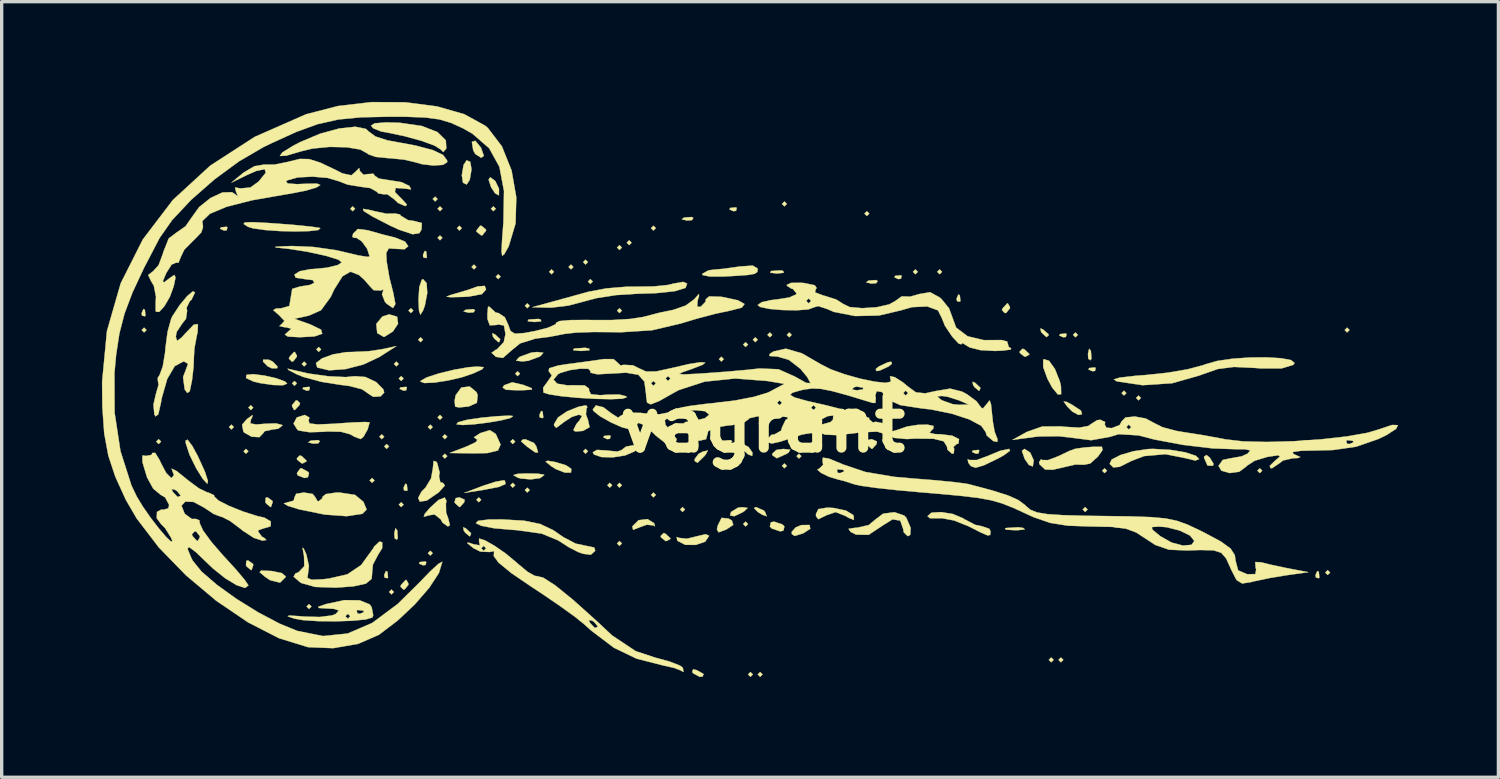
<source format=kicad_pcb>
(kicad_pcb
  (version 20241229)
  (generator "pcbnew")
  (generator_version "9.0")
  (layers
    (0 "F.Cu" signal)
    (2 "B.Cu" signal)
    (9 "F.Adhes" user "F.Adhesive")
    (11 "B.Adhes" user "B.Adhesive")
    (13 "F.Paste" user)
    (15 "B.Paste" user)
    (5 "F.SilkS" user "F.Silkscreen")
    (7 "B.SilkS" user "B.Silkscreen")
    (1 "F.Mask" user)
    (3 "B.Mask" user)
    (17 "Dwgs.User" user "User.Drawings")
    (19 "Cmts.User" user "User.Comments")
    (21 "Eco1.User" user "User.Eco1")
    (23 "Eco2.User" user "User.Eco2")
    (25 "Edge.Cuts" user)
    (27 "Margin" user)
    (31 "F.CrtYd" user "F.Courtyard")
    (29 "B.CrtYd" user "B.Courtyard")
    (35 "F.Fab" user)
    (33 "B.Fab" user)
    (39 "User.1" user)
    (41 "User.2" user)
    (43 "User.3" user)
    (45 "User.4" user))
  (footprint "vagrant"
    (layer "F.Cu")
    (at 19.767 9.655)
    (property "Reference" "vagrant" (at 0 0 0) (layer "F.SilkS") (effects (font (size 1.524 1.524) (thickness 0.3))))
    (attr through_hole)
    (fp_poly (pts (xy -18.433 -2.83) (xy -18.506 -2.758) (xy -18.578 -2.83) (xy -18.506 -2.903) (xy -18.433 -2.83)) (stroke (width 0.01) (type solid)) (fill yes) (layer "F.SilkS"))
    (fp_poly (pts (xy -17.998 0.508) (xy -18.07 0.581) (xy -18.143 0.508) (xy -18.07 0.435) (xy -17.998 0.508)) (stroke (width 0.01) (type solid)) (fill yes) (layer "F.SilkS"))
    (fp_poly (pts (xy -15.821 0.073) (xy -15.893 0.145) (xy -15.966 0.073) (xy -15.893 0) (xy -15.821 0.073)) (stroke (width 0.01) (type solid)) (fill yes) (layer "F.SilkS"))
    (fp_poly (pts (xy -15.385 0.798) (xy -15.458 0.871) (xy -15.53 0.798) (xy -15.458 0.726) (xy -15.385 0.798)) (stroke (width 0.01) (type solid)) (fill yes) (layer "F.SilkS"))
    (fp_poly (pts (xy -15.24 -0.508) (xy -15.313 -0.435) (xy -15.385 -0.508) (xy -15.313 -0.581) (xy -15.24 -0.508)) (stroke (width 0.01) (type solid)) (fill yes) (layer "F.SilkS"))
    (fp_poly (pts (xy -13.934 -1.234) (xy -14.006 -1.161) (xy -14.079 -1.234) (xy -14.006 -1.306) (xy -13.934 -1.234)) (stroke (width 0.01) (type solid)) (fill yes) (layer "F.SilkS"))
    (fp_poly (pts (xy -13.643 -1.814) (xy -13.716 -1.742) (xy -13.789 -1.814) (xy -13.716 -1.887) (xy -13.643 -1.814)) (stroke (width 0.01) (type solid)) (fill yes) (layer "F.SilkS"))
    (fp_poly (pts (xy -13.498 5.443) (xy -13.571 5.515) (xy -13.643 5.443) (xy -13.571 5.37) (xy -13.498 5.443)) (stroke (width 0.01) (type solid)) (fill yes) (layer "F.SilkS"))
    (fp_poly (pts (xy -13.208 -2.25) (xy -13.281 -2.177) (xy -13.353 -2.25) (xy -13.281 -2.322) (xy -13.208 -2.25)) (stroke (width 0.01) (type solid)) (fill yes) (layer "F.SilkS"))
    (fp_poly (pts (xy -12.192 -6.459) (xy -12.265 -6.386) (xy -12.337 -6.459) (xy -12.265 -6.531) (xy -12.192 -6.459)) (stroke (width 0.01) (type solid)) (fill yes) (layer "F.SilkS"))
    (fp_poly (pts (xy -11.611 1.669) (xy -11.684 1.742) (xy -11.757 1.669) (xy -11.684 1.597) (xy -11.611 1.669)) (stroke (width 0.01) (type solid)) (fill yes) (layer "F.SilkS"))
    (fp_poly (pts (xy -11.321 0.363) (xy -11.394 0.435) (xy -11.466 0.363) (xy -11.394 0.29) (xy -11.321 0.363)) (stroke (width 0.01) (type solid)) (fill yes) (layer "F.SilkS"))
    (fp_poly (pts (xy -11.176 0.653) (xy -11.249 0.726) (xy -11.321 0.653) (xy -11.249 0.581) (xy -11.176 0.653)) (stroke (width 0.01) (type solid)) (fill yes) (layer "F.SilkS"))
    (fp_poly (pts (xy -11.031 5.007) (xy -11.103 5.08) (xy -11.176 5.007) (xy -11.103 4.935) (xy -11.031 5.007)) (stroke (width 0.01) (type solid)) (fill yes) (layer "F.SilkS"))
    (fp_poly (pts (xy -10.886 -1.814) (xy -10.958 -1.742) (xy -11.031 -1.814) (xy -10.958 -1.887) (xy -10.886 -1.814)) (stroke (width 0.01) (type solid)) (fill yes) (layer "F.SilkS"))
    (fp_poly (pts (xy -10.741 -1.379) (xy -10.813 -1.306) (xy -10.886 -1.379) (xy -10.813 -1.451) (xy -10.741 -1.379)) (stroke (width 0.01) (type solid)) (fill yes) (layer "F.SilkS"))
    (fp_poly (pts (xy -10.741 2.395) (xy -10.813 2.467) (xy -10.886 2.395) (xy -10.813 2.322) (xy -10.741 2.395)) (stroke (width 0.01) (type solid)) (fill yes) (layer "F.SilkS"))
    (fp_poly (pts (xy -10.45 -3.411) (xy -10.523 -3.338) (xy -10.595 -3.411) (xy -10.523 -3.483) (xy -10.45 -3.411)) (stroke (width 0.01) (type solid)) (fill yes) (layer "F.SilkS"))
    (fp_poly (pts (xy -10.16 -2.54) (xy -10.233 -2.467) (xy -10.305 -2.54) (xy -10.233 -2.613) (xy -10.16 -2.54)) (stroke (width 0.01) (type solid)) (fill yes) (layer "F.SilkS"))
    (fp_poly (pts (xy -9.87 0.073) (xy -9.942 0.145) (xy -10.015 0.073) (xy -9.942 0) (xy -9.87 0.073)) (stroke (width 0.01) (type solid)) (fill yes) (layer "F.SilkS"))
    (fp_poly (pts (xy -9.87 3.846) (xy -9.942 3.919) (xy -10.015 3.846) (xy -9.942 3.774) (xy -9.87 3.846)) (stroke (width 0.01) (type solid)) (fill yes) (layer "F.SilkS"))
    (fp_poly (pts (xy -9.725 -6.749) (xy -9.797 -6.677) (xy -9.87 -6.749) (xy -9.797 -6.822) (xy -9.725 -6.749)) (stroke (width 0.01) (type solid)) (fill yes) (layer "F.SilkS"))
    (fp_poly (pts (xy -9.579 -6.459) (xy -9.652 -6.386) (xy -9.725 -6.459) (xy -9.652 -6.531) (xy -9.579 -6.459)) (stroke (width 0.01) (type solid)) (fill yes) (layer "F.SilkS"))
    (fp_poly (pts (xy -9.579 -5.588) (xy -9.652 -5.515) (xy -9.725 -5.588) (xy -9.652 -5.661) (xy -9.579 -5.588)) (stroke (width 0.01) (type solid)) (fill yes) (layer "F.SilkS"))
    (fp_poly (pts (xy -9.579 -0.218) (xy -9.652 -0.145) (xy -9.725 -0.218) (xy -9.652 -0.29) (xy -9.579 -0.218)) (stroke (width 0.01) (type solid)) (fill yes) (layer "F.SilkS"))
    (fp_poly (pts (xy -9.434 0.363) (xy -9.507 0.435) (xy -9.579 0.363) (xy -9.507 0.29) (xy -9.434 0.363)) (stroke (width 0.01) (type solid)) (fill yes) (layer "F.SilkS"))
    (fp_poly (pts (xy -9.434 0.943) (xy -9.507 1.016) (xy -9.579 0.943) (xy -9.507 0.871) (xy -9.434 0.943)) (stroke (width 0.01) (type solid)) (fill yes) (layer "F.SilkS"))
    (fp_poly (pts (xy -8.999 -5.878) (xy -9.071 -5.806) (xy -9.144 -5.878) (xy -9.071 -5.951) (xy -8.999 -5.878)) (stroke (width 0.01) (type solid)) (fill yes) (layer "F.SilkS"))
    (fp_poly (pts (xy -8.563 -4.717) (xy -8.636 -4.645) (xy -8.709 -4.717) (xy -8.636 -4.79) (xy -8.563 -4.717)) (stroke (width 0.01) (type solid)) (fill yes) (layer "F.SilkS"))
    (fp_poly (pts (xy -8.418 2.25) (xy -8.491 2.322) (xy -8.563 2.25) (xy -8.491 2.177) (xy -8.418 2.25)) (stroke (width 0.01) (type solid)) (fill yes) (layer "F.SilkS"))
    (fp_poly (pts (xy -7.983 -6.459) (xy -8.055 -6.386) (xy -8.128 -6.459) (xy -8.055 -6.531) (xy -7.983 -6.459)) (stroke (width 0.01) (type solid)) (fill yes) (layer "F.SilkS"))
    (fp_poly (pts (xy -7.838 -4.427) (xy -7.91 -4.354) (xy -7.983 -4.427) (xy -7.91 -4.499) (xy -7.838 -4.427)) (stroke (width 0.01) (type solid)) (fill yes) (layer "F.SilkS"))
    (fp_poly (pts (xy -7.402 0.508) (xy -7.475 0.581) (xy -7.547 0.508) (xy -7.475 0.435) (xy -7.402 0.508)) (stroke (width 0.01) (type solid)) (fill yes) (layer "F.SilkS"))
    (fp_poly (pts (xy -7.402 1.814) (xy -7.475 1.887) (xy -7.547 1.814) (xy -7.475 1.742) (xy -7.402 1.814)) (stroke (width 0.01) (type solid)) (fill yes) (layer "F.SilkS"))
    (fp_poly (pts (xy -7.257 -1.524) (xy -7.33 -1.451) (xy -7.402 -1.524) (xy -7.33 -1.597) (xy -7.257 -1.524)) (stroke (width 0.01) (type solid)) (fill yes) (layer "F.SilkS"))
    (fp_poly (pts (xy -6.967 -3.556) (xy -7.039 -3.483) (xy -7.112 -3.556) (xy -7.039 -3.629) (xy -6.967 -3.556)) (stroke (width 0.01) (type solid)) (fill yes) (layer "F.SilkS"))
    (fp_poly (pts (xy -6.967 1.959) (xy -7.039 2.032) (xy -7.112 1.959) (xy -7.039 1.887) (xy -6.967 1.959)) (stroke (width 0.01) (type solid)) (fill yes) (layer "F.SilkS"))
    (fp_poly (pts (xy -6.241 -4.572) (xy -6.314 -4.499) (xy -6.386 -4.572) (xy -6.314 -4.645) (xy -6.241 -4.572)) (stroke (width 0.01) (type solid)) (fill yes) (layer "F.SilkS"))
    (fp_poly (pts (xy -5.661 -4.717) (xy -5.733 -4.645) (xy -5.806 -4.717) (xy -5.733 -4.79) (xy -5.661 -4.717)) (stroke (width 0.01) (type solid)) (fill yes) (layer "F.SilkS"))
    (fp_poly (pts (xy -5.225 -4.862) (xy -5.298 -4.79) (xy -5.37 -4.862) (xy -5.298 -4.935) (xy -5.225 -4.862)) (stroke (width 0.01) (type solid)) (fill yes) (layer "F.SilkS"))
    (fp_poly (pts (xy -5.225 0.798) (xy -5.298 0.871) (xy -5.37 0.798) (xy -5.298 0.726) (xy -5.225 0.798)) (stroke (width 0.01) (type solid)) (fill yes) (layer "F.SilkS"))
    (fp_poly (pts (xy -5.08 -4.282) (xy -5.153 -4.209) (xy -5.225 -4.282) (xy -5.153 -4.354) (xy -5.08 -4.282)) (stroke (width 0.01) (type solid)) (fill yes) (layer "F.SilkS"))
    (fp_poly (pts (xy -4.499 1.814) (xy -4.572 1.887) (xy -4.645 1.814) (xy -4.572 1.742) (xy -4.499 1.814)) (stroke (width 0.01) (type solid)) (fill yes) (layer "F.SilkS"))
    (fp_poly (pts (xy -4.209 -5.298) (xy -4.282 -5.225) (xy -4.354 -5.298) (xy -4.282 -5.37) (xy -4.209 -5.298)) (stroke (width 0.01) (type solid)) (fill yes) (layer "F.SilkS"))
    (fp_poly (pts (xy -4.209 -3.411) (xy -4.282 -3.338) (xy -4.354 -3.411) (xy -4.282 -3.483) (xy -4.209 -3.411)) (stroke (width 0.01) (type solid)) (fill yes) (layer "F.SilkS"))
    (fp_poly (pts (xy -4.209 1.814) (xy -4.282 1.887) (xy -4.354 1.814) (xy -4.282 1.742) (xy -4.209 1.814)) (stroke (width 0.01) (type solid)) (fill yes) (layer "F.SilkS"))
    (fp_poly (pts (xy -4.209 3.556) (xy -4.282 3.629) (xy -4.354 3.556) (xy -4.282 3.483) (xy -4.209 3.556)) (stroke (width 0.01) (type solid)) (fill yes) (layer "F.SilkS"))
    (fp_poly (pts (xy -3.919 -5.443) (xy -3.991 -5.37) (xy -4.064 -5.443) (xy -3.991 -5.515) (xy -3.919 -5.443)) (stroke (width 0.01) (type solid)) (fill yes) (layer "F.SilkS"))
    (fp_poly (pts (xy -3.193 -5.878) (xy -3.266 -5.806) (xy -3.338 -5.878) (xy -3.266 -5.951) (xy -3.193 -5.878)) (stroke (width 0.01) (type solid)) (fill yes) (layer "F.SilkS"))
    (fp_poly (pts (xy -3.193 2.105) (xy -3.266 2.177) (xy -3.338 2.105) (xy -3.266 2.032) (xy -3.193 2.105)) (stroke (width 0.01) (type solid)) (fill yes) (layer "F.SilkS"))
    (fp_poly (pts (xy -2.322 2.54) (xy -2.395 2.613) (xy -2.467 2.54) (xy -2.395 2.467) (xy -2.322 2.54)) (stroke (width 0.01) (type solid)) (fill yes) (layer "F.SilkS"))
    (fp_poly (pts (xy -1.161 -1.959) (xy -1.234 -1.887) (xy -1.306 -1.959) (xy -1.234 -2.032) (xy -1.161 -1.959)) (stroke (width 0.01) (type solid)) (fill yes) (layer "F.SilkS"))
    (fp_poly (pts (xy -0.435 -2.395) (xy -0.508 -2.322) (xy -0.581 -2.395) (xy -0.508 -2.467) (xy -0.435 -2.395)) (stroke (width 0.01) (type solid)) (fill yes) (layer "F.SilkS"))
    (fp_poly (pts (xy -0.435 2.975) (xy -0.508 3.048) (xy -0.581 2.975) (xy -0.508 2.903) (xy -0.435 2.975)) (stroke (width 0.01) (type solid)) (fill yes) (layer "F.SilkS"))
    (fp_poly (pts (xy -0.29 7.475) (xy -0.363 7.547) (xy -0.435 7.475) (xy -0.363 7.402) (xy -0.29 7.475)) (stroke (width 0.01) (type solid)) (fill yes) (layer "F.SilkS"))
    (fp_poly (pts (xy -0.145 -2.54) (xy -0.218 -2.467) (xy -0.29 -2.54) (xy -0.218 -2.613) (xy -0.145 -2.54)) (stroke (width 0.01) (type solid)) (fill yes) (layer "F.SilkS"))
    (fp_poly (pts (xy 0 7.475) (xy -0.073 7.547) (xy -0.145 7.475) (xy -0.073 7.402) (xy 0 7.475)) (stroke (width 0.01) (type solid)) (fill yes) (layer "F.SilkS"))
    (fp_poly (pts (xy 0.29 -2.685) (xy 0.218 -2.613) (xy 0.145 -2.685) (xy 0.218 -2.758) (xy 0.29 -2.685)) (stroke (width 0.01) (type solid)) (fill yes) (layer "F.SilkS"))
    (fp_poly (pts (xy 0.726 -6.604) (xy 0.653 -6.531) (xy 0.581 -6.604) (xy 0.653 -6.677) (xy 0.726 -6.604)) (stroke (width 0.01) (type solid)) (fill yes) (layer "F.SilkS"))
    (fp_poly (pts (xy 0.726 1.234) (xy 0.653 1.306) (xy 0.581 1.234) (xy 0.653 1.161) (xy 0.726 1.234)) (stroke (width 0.01) (type solid)) (fill yes) (layer "F.SilkS"))
    (fp_poly (pts (xy 0.871 -2.685) (xy 0.798 -2.613) (xy 0.726 -2.685) (xy 0.798 -2.758) (xy 0.871 -2.685)) (stroke (width 0.01) (type solid)) (fill yes) (layer "F.SilkS"))
    (fp_poly (pts (xy 1.161 0.943) (xy 1.089 1.016) (xy 1.016 0.943) (xy 1.089 0.871) (xy 1.161 0.943)) (stroke (width 0.01) (type solid)) (fill yes) (layer "F.SilkS"))
    (fp_poly (pts (xy 3.193 -6.314) (xy 3.121 -6.241) (xy 3.048 -6.314) (xy 3.121 -6.386) (xy 3.193 -6.314)) (stroke (width 0.01) (type solid)) (fill yes) (layer "F.SilkS"))
    (fp_poly (pts (xy 4.645 -4.572) (xy 4.572 -4.499) (xy 4.499 -4.572) (xy 4.572 -4.645) (xy 4.645 -4.572)) (stroke (width 0.01) (type solid)) (fill yes) (layer "F.SilkS"))
    (fp_poly (pts (xy 5.37 -4.572) (xy 5.298 -4.499) (xy 5.225 -4.572) (xy 5.298 -4.645) (xy 5.37 -4.572)) (stroke (width 0.01) (type solid)) (fill yes) (layer "F.SilkS"))
    (fp_poly (pts (xy 8.709 7.039) (xy 8.636 7.112) (xy 8.563 7.039) (xy 8.636 6.967) (xy 8.709 7.039)) (stroke (width 0.01) (type solid)) (fill yes) (layer "F.SilkS"))
    (fp_poly (pts (xy 8.999 7.039) (xy 8.926 7.112) (xy 8.854 7.039) (xy 8.926 6.967) (xy 8.999 7.039)) (stroke (width 0.01) (type solid)) (fill yes) (layer "F.SilkS"))
    (fp_poly (pts (xy 9.434 -2.685) (xy 9.362 -2.613) (xy 9.289 -2.685) (xy 9.362 -2.758) (xy 9.434 -2.685)) (stroke (width 0.01) (type solid)) (fill yes) (layer "F.SilkS"))
    (fp_poly (pts (xy 9.725 2.54) (xy 9.652 2.613) (xy 9.579 2.54) (xy 9.652 2.467) (xy 9.725 2.54)) (stroke (width 0.01) (type solid)) (fill yes) (layer "F.SilkS"))
    (fp_poly (pts (xy 10.305 1.379) (xy 10.233 1.451) (xy 10.16 1.379) (xy 10.233 1.306) (xy 10.305 1.379)) (stroke (width 0.01) (type solid)) (fill yes) (layer "F.SilkS"))
    (fp_poly (pts (xy 10.886 -0.943) (xy 10.813 -0.871) (xy 10.741 -0.943) (xy 10.813 -1.016) (xy 10.886 -0.943)) (stroke (width 0.01) (type solid)) (fill yes) (layer "F.SilkS"))
    (fp_poly (pts (xy 11.321 -0.798) (xy 11.249 -0.726) (xy 11.176 -0.798) (xy 11.249 -0.871) (xy 11.321 -0.798)) (stroke (width 0.01) (type solid)) (fill yes) (layer "F.SilkS"))
    (fp_poly (pts (xy 14.95 1.379) (xy 14.877 1.451) (xy 14.805 1.379) (xy 14.877 1.306) (xy 14.95 1.379)) (stroke (width 0.01) (type solid)) (fill yes) (layer "F.SilkS"))
    (fp_poly (pts (xy 16.982 4.427) (xy 16.909 4.499) (xy 16.837 4.427) (xy 16.909 4.354) (xy 16.982 4.427)) (stroke (width 0.01) (type solid)) (fill yes) (layer "F.SilkS"))
    (fp_poly (pts (xy 17.562 -2.83) (xy 17.49 -2.758) (xy 17.417 -2.83) (xy 17.49 -2.903) (xy 17.562 -2.83)) (stroke (width 0.01) (type solid)) (fill yes) (layer "F.SilkS"))
    (fp_poly (pts (xy -18.482 -3.435) (xy -18.464 -3.263) (xy -18.482 -3.242) (xy -18.568 -3.261) (xy -18.578 -3.338) (xy -18.525 -3.458) (xy -18.482 -3.435)) (stroke (width 0.01) (type solid)) (fill yes) (layer "F.SilkS"))
    (fp_poly (pts (xy -16.014 -5.902) (xy -16.034 -5.816) (xy -16.111 -5.806) (xy -16.23 -5.859) (xy -16.208 -5.902) (xy -16.035 -5.92) (xy -16.014 -5.902)) (stroke (width 0.01) (type solid)) (fill yes) (layer "F.SilkS"))
    (fp_poly (pts (xy -13.547 -1.113) (xy -13.567 -1.026) (xy -13.643 -1.016) (xy -13.763 -1.069) (xy -13.74 -1.113) (xy -13.568 -1.13) (xy -13.547 -1.113)) (stroke (width 0.01) (type solid)) (fill yes) (layer "F.SilkS"))
    (fp_poly (pts (xy -13.247 0.493) (xy -13.291 0.559) (xy -13.438 0.569) (xy -13.593 0.534) (xy -13.525 0.481) (xy -13.299 0.464) (xy -13.247 0.493)) (stroke (width 0.01) (type solid)) (fill yes) (layer "F.SilkS"))
    (fp_poly (pts (xy -11.224 4.403) (xy -11.207 4.575) (xy -11.224 4.596) (xy -11.311 4.576) (xy -11.321 4.499) (xy -11.268 4.38) (xy -11.224 4.403)) (stroke (width 0.01) (type solid)) (fill yes) (layer "F.SilkS"))
    (fp_poly (pts (xy -10.932 3.166) (xy -10.914 3.393) (xy -10.943 3.444) (xy -11.009 3.401) (xy -11.019 3.254) (xy -10.984 3.099) (xy -10.932 3.166)) (stroke (width 0.01) (type solid)) (fill yes) (layer "F.SilkS"))
    (fp_poly (pts (xy -10.644 -1.113) (xy -10.664 -1.026) (xy -10.741 -1.016) (xy -10.86 -1.069) (xy -10.837 -1.113) (xy -10.665 -1.13) (xy -10.644 -1.113)) (stroke (width 0.01) (type solid)) (fill yes) (layer "F.SilkS"))
    (fp_poly (pts (xy -10.644 1.79) (xy -10.626 1.962) (xy -10.644 1.984) (xy -10.73 1.964) (xy -10.741 1.887) (xy -10.687 1.767) (xy -10.644 1.79)) (stroke (width 0.01) (type solid)) (fill yes) (layer "F.SilkS"))
    (fp_poly (pts (xy -10.063 -5.177) (xy -10.046 -5.005) (xy -10.063 -4.983) (xy -10.15 -5.003) (xy -10.16 -5.08) (xy -10.107 -5.199) (xy -10.063 -5.177)) (stroke (width 0.01) (type solid)) (fill yes) (layer "F.SilkS"))
    (fp_poly (pts (xy -10.063 4.112) (xy -10.083 4.199) (xy -10.16 4.209) (xy -10.279 4.156) (xy -10.257 4.112) (xy -10.085 4.095) (xy -10.063 4.112)) (stroke (width 0.01) (type solid)) (fill yes) (layer "F.SilkS"))
    (fp_poly (pts (xy -8.603 -3.426) (xy -8.646 -3.36) (xy -8.793 -3.35) (xy -8.948 -3.385) (xy -8.881 -3.437) (xy -8.654 -3.455) (xy -8.603 -3.426)) (stroke (width 0.01) (type solid)) (fill yes) (layer "F.SilkS"))
    (fp_poly (pts (xy -6.64 -3.144) (xy -6.622 -3.091) (xy -6.822 -3.071) (xy -7.028 -3.094) (xy -7.003 -3.144) (xy -6.706 -3.163) (xy -6.64 -3.144)) (stroke (width 0.01) (type solid)) (fill yes) (layer "F.SilkS"))
    (fp_poly (pts (xy -6.58 -0.387) (xy -6.562 -0.215) (xy -6.58 -0.194) (xy -6.666 -0.213) (xy -6.677 -0.29) (xy -6.623 -0.41) (xy -6.58 -0.387)) (stroke (width 0.01) (type solid)) (fill yes) (layer "F.SilkS"))
    (fp_poly (pts (xy -4.548 0.339) (xy -4.568 0.425) (xy -4.645 0.435) (xy -4.764 0.382) (xy -4.741 0.339) (xy -4.569 0.321) (xy -4.548 0.339)) (stroke (width 0.01) (type solid)) (fill yes) (layer "F.SilkS"))
    (fp_poly (pts (xy -2.071 -6.184) (xy -2.115 -6.118) (xy -2.262 -6.107) (xy -2.417 -6.143) (xy -2.349 -6.195) (xy -2.123 -6.212) (xy -2.071 -6.184)) (stroke (width 0.01) (type solid)) (fill yes) (layer "F.SilkS"))
    (fp_poly (pts (xy -0.91 0.493) (xy -0.953 0.559) (xy -1.101 0.569) (xy -1.256 0.534) (xy -1.188 0.481) (xy -0.962 0.464) (xy -0.91 0.493)) (stroke (width 0.01) (type solid)) (fill yes) (layer "F.SilkS"))
    (fp_poly (pts (xy -0.774 -6.483) (xy -0.794 -6.397) (xy -0.871 -6.386) (xy -0.99 -6.439) (xy -0.968 -6.483) (xy -0.795 -6.5) (xy -0.774 -6.483)) (stroke (width 0.01) (type solid)) (fill yes) (layer "F.SilkS"))
    (fp_poly (pts (xy 0.617 -4.596) (xy 0.635 -4.543) (xy 0.435 -4.522) (xy 0.229 -4.545) (xy 0.254 -4.596) (xy 0.551 -4.615) (xy 0.617 -4.596)) (stroke (width 0.01) (type solid)) (fill yes) (layer "F.SilkS"))
    (fp_poly (pts (xy 3.444 -4.297) (xy 3.401 -4.231) (xy 3.254 -4.221) (xy 3.099 -4.256) (xy 3.166 -4.308) (xy 3.393 -4.326) (xy 3.444 -4.297)) (stroke (width 0.01) (type solid)) (fill yes) (layer "F.SilkS"))
    (fp_poly (pts (xy 4.161 -4.451) (xy 4.141 -4.365) (xy 4.064 -4.354) (xy 3.945 -4.407) (xy 3.967 -4.451) (xy 4.139 -4.468) (xy 4.161 -4.451)) (stroke (width 0.01) (type solid)) (fill yes) (layer "F.SilkS"))
    (fp_poly (pts (xy 5.902 -3.87) (xy 5.92 -3.698) (xy 5.902 -3.677) (xy 5.816 -3.697) (xy 5.806 -3.774) (xy 5.859 -3.893) (xy 5.902 -3.87)) (stroke (width 0.01) (type solid)) (fill yes) (layer "F.SilkS"))
    (fp_poly (pts (xy 6.483 0.774) (xy 6.463 0.86) (xy 6.386 0.871) (xy 6.267 0.818) (xy 6.29 0.774) (xy 6.462 0.757) (xy 6.483 0.774)) (stroke (width 0.01) (type solid)) (fill yes) (layer "F.SilkS"))
    (fp_poly (pts (xy 9.096 -2.709) (xy 9.076 -2.623) (xy 8.999 -2.613) (xy 8.879 -2.666) (xy 8.902 -2.709) (xy 9.074 -2.727) (xy 9.096 -2.709)) (stroke (width 0.01) (type solid)) (fill yes) (layer "F.SilkS"))
    (fp_poly (pts (xy 9.824 -2.204) (xy 9.841 -1.978) (xy 9.812 -1.926) (xy 9.746 -1.969) (xy 9.736 -2.117) (xy 9.771 -2.272) (xy 9.824 -2.204)) (stroke (width 0.01) (type solid)) (fill yes) (layer "F.SilkS"))
    (fp_poly (pts (xy 9.966 -1.693) (xy 9.947 -1.607) (xy 9.87 -1.597) (xy 9.75 -1.65) (xy 9.773 -1.693) (xy 9.945 -1.711) (xy 9.966 -1.693)) (stroke (width 0.01) (type solid)) (fill yes) (layer "F.SilkS"))
    (fp_poly (pts (xy 16.643 4.403) (xy 16.66 4.575) (xy 16.643 4.596) (xy 16.557 4.576) (xy 16.546 4.499) (xy 16.599 4.38) (xy 16.643 4.403)) (stroke (width 0.01) (type solid)) (fill yes) (layer "F.SilkS"))
    (fp_poly (pts (xy -8.876 3.107) (xy -8.72 3.253) (xy -8.752 3.337) (xy -8.773 3.338) (xy -8.895 3.235) (xy -8.94 3.171) (xy -8.957 3.071) (xy -8.876 3.107)) (stroke (width 0.01) (type solid)) (fill yes) (layer "F.SilkS"))
    (fp_poly (pts (xy -8.425 -8.286) (xy -8.339 -8.042) (xy -8.418 -7.983) (xy -8.598 -8.099) (xy -8.658 -8.207) (xy -8.698 -8.459) (xy -8.595 -8.493) (xy -8.425 -8.286)) (stroke (width 0.01) (type solid)) (fill yes) (layer "F.SilkS"))
    (fp_poly (pts (xy -8.005 -2.699) (xy -7.849 -2.553) (xy -7.881 -2.469) (xy -7.902 -2.467) (xy -8.024 -2.571) (xy -8.069 -2.635) (xy -8.086 -2.734) (xy -8.005 -2.699)) (stroke (width 0.01) (type solid)) (fill yes) (layer "F.SilkS"))
    (fp_poly (pts (xy -1.967 7.347) (xy -1.763 7.464) (xy -1.797 7.54) (xy -1.878 7.547) (xy -2.075 7.442) (xy -2.104 7.404) (xy -2.08 7.321) (xy -1.967 7.347)) (stroke (width 0.01) (type solid)) (fill yes) (layer "F.SilkS"))
    (fp_poly (pts (xy -0.42 0.668) (xy -0.301 0.84) (xy -0.312 0.938) (xy -0.436 0.889) (xy -0.55 0.784) (xy -0.643 0.62) (xy -0.595 0.581) (xy -0.42 0.668)) (stroke (width 0.01) (type solid)) (fill yes) (layer "F.SilkS"))
    (fp_poly (pts (xy 0.042 2.573) (xy 0.073 2.613) (xy 0.124 2.743) (xy -0.014 2.694) (xy -0.145 2.613) (xy -0.257 2.496) (xy -0.19 2.47) (xy 0.042 2.573)) (stroke (width 0.01) (type solid)) (fill yes) (layer "F.SilkS"))
    (fp_poly (pts (xy 6.364 -1.248) (xy 6.52 -1.101) (xy 6.488 -1.017) (xy 6.467 -1.016) (xy 6.345 -1.119) (xy 6.3 -1.184) (xy 6.283 -1.283) (xy 6.364 -1.248)) (stroke (width 0.01) (type solid)) (fill yes) (layer "F.SilkS"))
    (fp_poly (pts (xy 8.008 0.838) (xy 8.114 1.069) (xy 8.085 1.252) (xy 7.968 1.205) (xy 7.844 1.028) (xy 7.759 0.785) (xy 7.837 0.726) (xy 8.008 0.838)) (stroke (width 0.01) (type solid)) (fill yes) (layer "F.SilkS"))
    (fp_poly (pts (xy 8.396 -2.844) (xy 8.55 -2.709) (xy 8.563 -2.677) (xy 8.495 -2.617) (xy 8.351 -2.751) (xy 8.332 -2.78) (xy 8.315 -2.879) (xy 8.396 -2.844)) (stroke (width 0.01) (type solid)) (fill yes) (layer "F.SilkS"))
    (fp_poly (pts (xy -15.246 4.169) (xy -15.24 4.209) (xy -15.29 4.351) (xy -15.304 4.354) (xy -15.428 4.253) (xy -15.458 4.209) (xy -15.446 4.075) (xy -15.394 4.064) (xy -15.246 4.169)) (stroke (width 0.01) (type solid)) (fill yes) (layer "F.SilkS"))
    (fp_poly (pts (xy -14.775 -1.942) (xy -14.659 -1.887) (xy -14.516 -1.742) (xy -14.523 -1.685) (xy -14.689 -1.687) (xy -14.805 -1.742) (xy -14.948 -1.887) (xy -14.941 -1.944) (xy -14.775 -1.942)) (stroke (width 0.01) (type solid)) (fill yes) (layer "F.SilkS"))
    (fp_poly (pts (xy -14.665 2.283) (xy -14.659 2.322) (xy -14.709 2.464) (xy -14.723 2.467) (xy -14.847 2.366) (xy -14.877 2.322) (xy -14.866 2.189) (xy -14.813 2.177) (xy -14.665 2.283)) (stroke (width 0.01) (type solid)) (fill yes) (layer "F.SilkS"))
    (fp_poly (pts (xy -13.935 -2.065) (xy -13.934 -2.032) (xy -14.045 -1.892) (xy -14.087 -1.887) (xy -14.174 -1.976) (xy -14.151 -2.032) (xy -14.021 -2.17) (xy -13.998 -2.177) (xy -13.935 -2.065)) (stroke (width 0.01) (type solid)) (fill yes) (layer "F.SilkS"))
    (fp_poly (pts (xy -13.838 -0.637) (xy -13.861 -0.581) (xy -13.992 -0.442) (xy -14.015 -0.435) (xy -14.077 -0.548) (xy -14.079 -0.581) (xy -13.967 -0.72) (xy -13.925 -0.726) (xy -13.838 -0.637)) (stroke (width 0.01) (type solid)) (fill yes) (layer "F.SilkS"))
    (fp_poly (pts (xy -13.789 0.943) (xy -13.65 1.074) (xy -13.643 1.097) (xy -13.756 1.159) (xy -13.789 1.161) (xy -13.928 1.05) (xy -13.934 1.007) (xy -13.845 0.921) (xy -13.789 0.943)) (stroke (width 0.01) (type solid)) (fill yes) (layer "F.SilkS"))
    (fp_poly (pts (xy -13.601 1.412) (xy -13.571 1.451) (xy -13.604 1.576) (xy -13.707 1.597) (xy -13.906 1.521) (xy -13.934 1.451) (xy -13.83 1.31) (xy -13.797 1.306) (xy -13.601 1.412)) (stroke (width 0.01) (type solid)) (fill yes) (layer "F.SilkS"))
    (fp_poly (pts (xy -10.597 4.757) (xy -10.595 4.79) (xy -10.707 4.929) (xy -10.749 4.935) (xy -10.836 4.846) (xy -10.813 4.79) (xy -10.683 4.651) (xy -10.659 4.645) (xy -10.597 4.757)) (stroke (width 0.01) (type solid)) (fill yes) (layer "F.SilkS"))
    (fp_poly (pts (xy -8.915 2.245) (xy -8.926 2.322) (xy -9.05 2.461) (xy -9.071 2.467) (xy -9.187 2.366) (xy -9.217 2.322) (xy -9.182 2.199) (xy -9.071 2.177) (xy -8.915 2.245)) (stroke (width 0.01) (type solid)) (fill yes) (layer "F.SilkS"))
    (fp_poly (pts (xy -8.745 -7.86) (xy -8.709 -7.637) (xy -8.761 -7.326) (xy -8.854 -7.185) (xy -8.962 -7.235) (xy -8.999 -7.458) (xy -8.947 -7.768) (xy -8.854 -7.91) (xy -8.745 -7.86)) (stroke (width 0.01) (type solid)) (fill yes) (layer "F.SilkS"))
    (fp_poly (pts (xy -8.277 -5.84) (xy -8.273 -5.806) (xy -8.384 -5.665) (xy -8.418 -5.661) (xy -8.559 -5.771) (xy -8.563 -5.806) (xy -8.453 -5.947) (xy -8.418 -5.951) (xy -8.277 -5.84)) (stroke (width 0.01) (type solid)) (fill yes) (layer "F.SilkS"))
    (fp_poly (pts (xy -7.998 -7.289) (xy -7.886 -7.058) (xy -7.888 -6.869) (xy -7.895 -6.861) (xy -8.002 -6.92) (xy -8.121 -7.1) (xy -8.197 -7.329) (xy -8.149 -7.402) (xy -7.998 -7.289)) (stroke (width 0.01) (type solid)) (fill yes) (layer "F.SilkS"))
    (fp_poly (pts (xy -6.837 0.551) (xy -6.769 0.653) (xy -6.717 0.836) (xy -6.803 0.831) (xy -7.048 0.658) (xy -7.228 0.5) (xy -7.173 0.445) (xy -7.091 0.44) (xy -6.837 0.551)) (stroke (width 0.01) (type solid)) (fill yes) (layer "F.SilkS"))
    (fp_poly (pts (xy -5.186 -2.272) (xy -5.181 -2.225) (xy -5.408 -2.205) (xy -5.443 -2.205) (xy -5.668 -2.226) (xy -5.646 -2.271) (xy -5.622 -2.278) (xy -5.305 -2.299) (xy -5.186 -2.272)) (stroke (width 0.01) (type solid)) (fill yes) (layer "F.SilkS"))
    (fp_poly (pts (xy -2.903 3.266) (xy -2.764 3.396) (xy -2.758 3.419) (xy -2.87 3.482) (xy -2.903 3.483) (xy -3.042 3.372) (xy -3.048 3.33) (xy -2.959 3.243) (xy -2.903 3.266)) (stroke (width 0.01) (type solid)) (fill yes) (layer "F.SilkS"))
    (fp_poly (pts (xy -1.704 0.897) (xy -1.739 0.94) (xy -1.944 1.141) (xy -2.027 1.095) (xy -2.032 1.032) (xy -1.916 0.876) (xy -1.794 0.81) (xy -1.637 0.773) (xy -1.704 0.897)) (stroke (width 0.01) (type solid)) (fill yes) (layer "F.SilkS"))
    (fp_poly (pts (xy -1.022 2.81) (xy -0.918 2.871) (xy -0.877 2.999) (xy -1.08 3.136) (xy -1.316 3.223) (xy -1.366 3.135) (xy -1.342 3.025) (xy -1.227 2.79) (xy -1.022 2.81)) (stroke (width 0.01) (type solid)) (fill yes) (layer "F.SilkS"))
    (fp_poly (pts (xy -0.446 2.493) (xy -0.551 2.593) (xy -0.581 2.613) (xy -0.846 2.741) (xy -0.973 2.719) (xy -0.943 2.613) (xy -0.736 2.486) (xy -0.608 2.47) (xy -0.446 2.493)) (stroke (width 0.01) (type solid)) (fill yes) (layer "F.SilkS"))
    (fp_poly (pts (xy 0.596 2.988) (xy 0.653 3.048) (xy 0.622 3.174) (xy 0.525 3.193) (xy 0.274 3.108) (xy 0.218 3.048) (xy 0.249 2.922) (xy 0.346 2.903) (xy 0.596 2.988)) (stroke (width 0.01) (type solid)) (fill yes) (layer "F.SilkS"))
    (fp_poly (pts (xy 0.829 0.751) (xy 0.777 0.836) (xy 0.726 0.871) (xy 0.425 1.006) (xy 0.295 0.919) (xy 0.29 0.871) (xy 0.413 0.758) (xy 0.617 0.728) (xy 0.829 0.751)) (stroke (width 0.01) (type solid)) (fill yes) (layer "F.SilkS"))
    (fp_poly (pts (xy 1.426 3.117) (xy 1.222 3.25) (xy 0.962 3.331) (xy 0.876 3.277) (xy 0.871 3.21) (xy 0.992 3.075) (xy 1.161 3.006) (xy 1.407 3.003) (xy 1.426 3.117)) (stroke (width 0.01) (type solid)) (fill yes) (layer "F.SilkS"))
    (fp_poly (pts (xy 3.422 0.504) (xy 3.411 0.581) (xy 3.287 0.719) (xy 3.266 0.726) (xy 3.15 0.624) (xy 3.121 0.581) (xy 3.155 0.458) (xy 3.266 0.435) (xy 3.422 0.504)) (stroke (width 0.01) (type solid)) (fill yes) (layer "F.SilkS"))
    (fp_poly (pts (xy 3.872 -1.823) (xy 3.774 -1.742) (xy 3.509 -1.619) (xy 3.411 -1.601) (xy 3.385 -1.661) (xy 3.483 -1.742) (xy 3.748 -1.865) (xy 3.846 -1.882) (xy 3.872 -1.823)) (stroke (width 0.01) (type solid)) (fill yes) (layer "F.SilkS"))
    (fp_poly (pts (xy 7.401 -3.516) (xy 7.402 -3.483) (xy 7.291 -3.344) (xy 7.249 -3.338) (xy 7.162 -3.427) (xy 7.185 -3.483) (xy 7.315 -3.622) (xy 7.338 -3.629) (xy 7.401 -3.516)) (stroke (width 0.01) (type solid)) (fill yes) (layer "F.SilkS"))
    (fp_poly (pts (xy 7.801 3.093) (xy 7.847 3.135) (xy 7.646 3.158) (xy 7.547 3.159) (xy 7.283 3.144) (xy 7.252 3.107) (xy 7.293 3.093) (xy 7.662 3.071) (xy 7.801 3.093)) (stroke (width 0.01) (type solid)) (fill yes) (layer "F.SilkS"))
    (fp_poly (pts (xy 7.838 -2.25) (xy 7.976 -2.119) (xy 7.983 -2.096) (xy 7.871 -2.034) (xy 7.838 -2.032) (xy 7.698 -2.144) (xy 7.693 -2.186) (xy 7.781 -2.272) (xy 7.838 -2.25)) (stroke (width 0.01) (type solid)) (fill yes) (layer "F.SilkS"))
    (fp_poly (pts (xy 9.091 -0.682) (xy 9.253 -0.599) (xy 9.526 -0.42) (xy 9.559 -0.311) (xy 9.452 -0.29) (xy 9.267 -0.39) (xy 9.125 -0.532) (xy 9.008 -0.693) (xy 9.091 -0.682)) (stroke (width 0.01) (type solid)) (fill yes) (layer "F.SilkS"))
    (fp_poly (pts (xy 13.38 0.985) (xy 13.491 1.169) (xy 13.477 1.231) (xy 13.325 1.227) (xy 13.305 1.21) (xy 13.209 0.986) (xy 13.208 0.963) (xy 13.282 0.909) (xy 13.38 0.985)) (stroke (width 0.01) (type solid)) (fill yes) (layer "F.SilkS"))
    (fp_poly (pts (xy -10.935 -3.228) (xy -10.907 -3.018) (xy -11.06 -2.787) (xy -11.327 -2.621) (xy -11.523 -2.733) (xy -11.531 -2.745) (xy -11.558 -3.012) (xy -11.377 -3.233) (xy -11.172 -3.299) (xy -10.935 -3.228)) (stroke (width 0.01) (type solid)) (fill yes) (layer "F.SilkS"))
    (fp_poly (pts (xy -7.71 1.676) (xy -7.691 1.777) (xy -7.886 1.863) (xy -8.333 1.95) (xy -8.346 1.952) (xy -8.926 2.043) (xy -8.351 1.826) (xy -7.983 1.707) (xy -7.745 1.666) (xy -7.71 1.676)) (stroke (width 0.01) (type solid)) (fill yes) (layer "F.SilkS"))
    (fp_poly (pts (xy -7.161 -1.189) (xy -6.912 -1.092) (xy -6.897 -1.048) (xy -7.14 -1.031) (xy -7.322 -1.027) (xy -7.679 -1.042) (xy -7.778 -1.111) (xy -7.734 -1.177) (xy -7.493 -1.266) (xy -7.161 -1.189)) (stroke (width 0.01) (type solid)) (fill yes) (layer "F.SilkS"))
    (fp_poly (pts (xy -6.2 1.12) (xy -5.88 1.217) (xy -5.722 1.324) (xy -5.732 1.436) (xy -5.915 1.436) (xy -6.181 1.334) (xy -6.319 1.247) (xy -6.492 1.108) (xy -6.429 1.081) (xy -6.2 1.12)) (stroke (width 0.01) (type solid)) (fill yes) (layer "F.SilkS"))
    (fp_poly (pts (xy -14.702 4.38) (xy -14.692 4.38) (xy -14.386 4.442) (xy -14.265 4.545) (xy -14.268 4.558) (xy -14.438 4.729) (xy -14.735 4.655) (xy -14.875 4.562) (xy -15.049 4.416) (xy -15.002 4.366) (xy -14.702 4.38)) (stroke (width 0.01) (type solid)) (fill yes) (layer "F.SilkS"))
    (fp_poly (pts (xy -10.052 -4.233) (xy -10.033 -3.936) (xy -10.104 -3.565) (xy -10.16 -3.411) (xy -10.238 -3.289) (xy -10.28 -3.408) (xy -10.295 -3.737) (xy -10.271 -4.114) (xy -10.198 -4.332) (xy -10.16 -4.354) (xy -10.052 -4.233)) (stroke (width 0.01) (type solid)) (fill yes) (layer "F.SilkS"))
    (fp_poly (pts (xy -8.558 -0.971) (xy -8.525 -0.884) (xy -8.548 -0.652) (xy -8.795 -0.542) (xy -9.081 -0.514) (xy -9.197 -0.537) (xy -9.215 -0.708) (xy -9.184 -0.879) (xy -9.014 -1.11) (xy -8.764 -1.141) (xy -8.558 -0.971)) (stroke (width 0.01) (type solid)) (fill yes) (layer "F.SilkS"))
    (fp_poly (pts (xy -6.726 1.468) (xy -6.54 1.497) (xy -6.531 1.507) (xy -6.654 1.6) (xy -6.934 1.639) (xy -7.243 1.611) (xy -7.332 1.584) (xy -7.457 1.511) (xy -7.329 1.473) (xy -7.076 1.462) (xy -6.726 1.468)) (stroke (width 0.01) (type solid)) (fill yes) (layer "F.SilkS"))
    (fp_poly (pts (xy -6.559 -2.151) (xy -6.637 -2.059) (xy -6.677 -2.032) (xy -7.007 -1.911) (xy -7.185 -1.891) (xy -7.375 -1.913) (xy -7.297 -2.005) (xy -7.257 -2.032) (xy -6.927 -2.153) (xy -6.749 -2.173) (xy -6.559 -2.151)) (stroke (width 0.01) (type solid)) (fill yes) (layer "F.SilkS"))
    (fp_poly (pts (xy -3.243 2.952) (xy -3.219 3.046) (xy -3.262 3.017) (xy -3.464 2.995) (xy -3.664 3.067) (xy -3.874 3.149) (xy -3.896 3.051) (xy -3.891 3.038) (xy -3.711 2.86) (xy -3.44 2.827) (xy -3.243 2.952)) (stroke (width 0.01) (type solid)) (fill yes) (layer "F.SilkS"))
    (fp_poly (pts (xy -17.06 0.644) (xy -16.9 0.938) (xy -16.688 1.403) (xy -16.595 1.688) (xy -16.616 1.77) (xy -16.748 1.626) (xy -16.945 1.31) (xy -17.145 0.904) (xy -17.256 0.564) (xy -17.264 0.479) (xy -17.205 0.451) (xy -17.06 0.644)) (stroke (width 0.01) (type solid)) (fill yes) (layer "F.SilkS"))
    (fp_poly (pts (xy -14.903 -1.467) (xy -14.548 -1.386) (xy -14.288 -1.29) (xy -14.224 -1.227) (xy -14.349 -1.178) (xy -14.655 -1.186) (xy -15.041 -1.243) (xy -15.239 -1.291) (xy -15.455 -1.394) (xy -15.443 -1.488) (xy -15.239 -1.51) (xy -14.903 -1.467)) (stroke (width 0.01) (type solid)) (fill yes) (layer "F.SilkS"))
    (fp_poly (pts (xy -8.273 -4.043) (xy -8.399 -3.904) (xy -8.787 -3.831) (xy -8.963 -3.821) (xy -9.343 -3.812) (xy -9.457 -3.83) (xy -9.324 -3.882) (xy -9.217 -3.912) (xy -8.816 -4.031) (xy -8.527 -4.134) (xy -8.313 -4.151) (xy -8.273 -4.043)) (stroke (width 0.01) (type solid)) (fill yes) (layer "F.SilkS"))
    (fp_poly (pts (xy -1.597 3.326) (xy -1.718 3.503) (xy -1.998 3.599) (xy -2.314 3.597) (xy -2.541 3.48) (xy -2.554 3.461) (xy -2.571 3.361) (xy -2.502 3.389) (xy -2.263 3.414) (xy -1.972 3.343) (xy -1.702 3.279) (xy -1.597 3.326)) (stroke (width 0.01) (type solid)) (fill yes) (layer "F.SilkS"))
    (fp_poly (pts (xy 8.572 -1.91) (xy 8.748 -1.663) (xy 8.893 -1.299) (xy 8.928 -1.152) (xy 8.934 -0.909) (xy 8.835 -0.902) (xy 8.664 -1.111) (xy 8.523 -1.373) (xy 8.398 -1.718) (xy 8.396 -1.936) (xy 8.416 -1.958) (xy 8.572 -1.91)) (stroke (width 0.01) (type solid)) (fill yes) (layer "F.SilkS"))
    (fp_poly (pts (xy -7.466 -0.257) (xy -7.545 -0.197) (xy -7.825 -0.127) (xy -8.215 -0.061) (xy -8.627 -0.01) (xy -8.971 0.012) (xy -9.158 -0.009) (xy -9.159 -0.009) (xy -9.111 -0.073) (xy -8.835 -0.145) (xy -8.415 -0.207) (xy -7.939 -0.252) (xy -7.594 -0.269) (xy -7.466 -0.257)) (stroke (width 0.01) (type solid)) (fill yes) (layer "F.SilkS"))
    (fp_poly (pts (xy -11.466 -2.024) (xy -11.941 -1.8) (xy -12.477 -1.661) (xy -12.97 -1.624) (xy -13.317 -1.707) (xy -13.327 -1.714) (xy -13.363 -1.843) (xy -13.182 -1.982) (xy -12.857 -2.101) (xy -12.459 -2.169) (xy -12.259 -2.174) (xy -11.779 -2.197) (xy -11.394 -2.255) (xy -10.958 -2.348) (xy -11.466 -2.024)) (stroke (width 0.01) (type solid)) (fill yes) (layer "F.SilkS"))
    (fp_poly (pts (xy -8.343 -1.719) (xy -8.387 -1.658) (xy -8.651 -1.534) (xy -9.004 -1.414) (xy -9.422 -1.318) (xy -9.821 -1.257) (xy -10.12 -1.244) (xy -10.238 -1.289) (xy -10.232 -1.308) (xy -10.051 -1.412) (xy -9.684 -1.532) (xy -9.232 -1.642) (xy -8.796 -1.718) (xy -8.535 -1.736) (xy -8.343 -1.719)) (stroke (width 0.01) (type solid)) (fill yes) (layer "F.SilkS"))
    (fp_poly (pts (xy -7.992 0.273) (xy -7.974 0.299) (xy -7.839 0.598) (xy -7.917 0.774) (xy -8.234 0.851) (xy -8.6 0.86) (xy -9.362 0.849) (xy -8.854 0.653) (xy -8.585 0.527) (xy -8.527 0.447) (xy -8.563 0.437) (xy -8.637 0.378) (xy -8.444 0.253) (xy -8.16 0.166) (xy -7.992 0.273)) (stroke (width 0.01) (type solid)) (fill yes) (layer "F.SilkS"))
    (fp_poly (pts (xy 7.404 0.781) (xy 7.213 0.921) (xy 7.039 1.016) (xy 6.617 1.22) (xy 6.373 1.291) (xy 6.232 1.241) (xy 6.155 1.139) (xy 6.137 1.037) (xy 6.193 1.059) (xy 6.409 1.059) (xy 6.733 0.939) (xy 6.74 0.936) (xy 7.102 0.785) (xy 7.377 0.726) (xy 7.404 0.781)) (stroke (width 0.01) (type solid)) (fill yes) (layer "F.SilkS"))
    (fp_poly (pts (xy -9.456 2.285) (xy -9.475 2.359) (xy -9.469 2.631) (xy -9.41 2.794) (xy -9.355 3.006) (xy -9.414 3.048) (xy -9.577 2.932) (xy -9.631 2.833) (xy -9.813 2.688) (xy -9.973 2.712) (xy -10.137 2.758) (xy -10.11 2.674) (xy -9.956 2.492) (xy -9.698 2.256) (xy -9.512 2.182) (xy -9.456 2.285)) (stroke (width 0.01) (type solid)) (fill yes) (layer "F.SilkS"))
    (fp_poly (pts (xy 2.13 2.495) (xy 2.495 2.572) (xy 2.711 2.704) (xy 2.726 2.733) (xy 2.733 2.85) (xy 2.581 2.793) (xy 2.483 2.734) (xy 2.185 2.617) (xy 1.898 2.717) (xy 1.887 2.724) (xy 1.668 2.83) (xy 1.599 2.742) (xy 1.597 2.678) (xy 1.67 2.527) (xy 1.933 2.484) (xy 2.13 2.495)) (stroke (width 0.01) (type solid)) (fill yes) (layer "F.SilkS"))
    (fp_poly (pts (xy -14.769 -6.032) (xy -14.514 -6.014) (xy -13.95 -5.969) (xy -13.509 -5.924) (xy -13.262 -5.888) (xy -13.233 -5.878) (xy -13.295 -5.822) (xy -13.568 -5.79) (xy -13.977 -5.78) (xy -14.444 -5.791) (xy -14.892 -5.823) (xy -15.244 -5.872) (xy -15.396 -5.919) (xy -15.529 -6.005) (xy -15.492 -6.05) (xy -15.251 -6.058) (xy -14.769 -6.032)) (stroke (width 0.01) (type solid)) (fill yes) (layer "F.SilkS"))
    (fp_poly (pts (xy -10.852 -9.031) (xy -10.199 -8.936) (xy -9.728 -8.754) (xy -9.477 -8.506) (xy -9.463 -8.259) (xy -9.556 -8.156) (xy -9.625 -8.229) (xy -9.815 -8.349) (xy -10.208 -8.492) (xy -10.719 -8.632) (xy -11.265 -8.746) (xy -11.405 -8.768) (xy -11.651 -8.867) (xy -11.715 -8.946) (xy -11.609 -9.015) (xy -11.265 -9.043) (xy -10.852 -9.031)) (stroke (width 0.01) (type solid)) (fill yes) (layer "F.SilkS"))
    (fp_poly (pts (xy -3.692 0.695) (xy -3.831 0.802) (xy -4.112 0.922) (xy -4.479 0.979) (xy -4.826 0.97) (xy -5.048 0.892) (xy -5.08 0.829) (xy -4.957 0.756) (xy -4.657 0.774) (xy -4.645 0.777) (xy -4.342 0.806) (xy -4.209 0.757) (xy -4.209 0.753) (xy -4.086 0.658) (xy -3.883 0.62) (xy -3.656 0.617) (xy -3.692 0.695)) (stroke (width 0.01) (type solid)) (fill yes) (layer "F.SilkS"))
    (fp_poly (pts (xy -0.146 -4.669) (xy -0.145 -4.66) (xy -0.157 -4.569) (xy -0.236 -4.513) (xy -0.443 -4.477) (xy -0.84 -4.449) (xy -1.194 -4.43) (xy -1.577 -4.431) (xy -1.79 -4.473) (xy -1.808 -4.51) (xy -1.618 -4.615) (xy -1.485 -4.634) (xy -1.177 -4.662) (xy -0.752 -4.721) (xy -0.689 -4.731) (xy -0.292 -4.758) (xy -0.146 -4.669)) (stroke (width 0.01) (type solid)) (fill yes) (layer "F.SilkS"))
    (fp_poly (pts (xy -9.761 1.111) (xy -9.736 1.148) (xy -9.661 1.436) (xy -9.681 1.547) (xy -9.643 1.721) (xy -9.559 1.747) (xy -9.506 1.822) (xy -9.681 2.017) (xy -9.704 2.037) (xy -10.049 2.273) (xy -10.257 2.304) (xy -10.305 2.195) (xy -10.206 2.006) (xy -10.087 1.887) (xy -9.92 1.611) (xy -9.867 1.325) (xy -9.842 1.084) (xy -9.761 1.111)) (stroke (width 0.01) (type solid)) (fill yes) (layer "F.SilkS"))
    (fp_poly (pts (xy 12.2 0.755) (xy 12.653 0.83) (xy 12.967 0.934) (xy 13.063 1.031) (xy 12.948 1.076) (xy 12.691 1.012) (xy 12.056 0.885) (xy 11.412 0.942) (xy 11.031 1.089) (xy 10.685 1.263) (xy 10.493 1.281) (xy 10.386 1.175) (xy 10.444 1.045) (xy 10.71 0.909) (xy 11.1 0.795) (xy 11.536 0.731) (xy 11.688 0.726) (xy 12.2 0.755)) (stroke (width 0.01) (type solid)) (fill yes) (layer "F.SilkS"))
    (fp_poly (pts (xy -11.71 -6.414) (xy -11.61 -6.386) (xy -11.257 -6.312) (xy -11.031 -6.315) (xy -11.02 -6.32) (xy -10.853 -6.29) (xy -10.815 -6.244) (xy -10.609 -6.12) (xy -10.442 -6.096) (xy -10.195 -6.032) (xy -10.206 -5.834) (xy -10.271 -5.728) (xy -10.468 -5.696) (xy -10.878 -5.832) (xy -11.129 -5.947) (xy -11.66 -6.22) (xy -11.936 -6.391) (xy -11.954 -6.457) (xy -11.71 -6.414)) (stroke (width 0.01) (type solid)) (fill yes) (layer "F.SilkS"))
    (fp_poly (pts (xy 5.691 2.674) (xy 5.994 2.8) (xy 6.032 2.826) (xy 6.357 2.997) (xy 6.568 3.043) (xy 6.783 3.116) (xy 6.822 3.193) (xy 6.812 3.299) (xy 6.739 3.317) (xy 6.537 3.232) (xy 6.163 3.041) (xy 5.734 2.869) (xy 5.354 2.798) (xy 5.261 2.803) (xy 5.009 2.803) (xy 4.935 2.738) (xy 5.055 2.635) (xy 5.342 2.617) (xy 5.691 2.674)) (stroke (width 0.01) (type solid)) (fill yes) (layer "F.SilkS"))
    (fp_poly (pts (xy -15.272 -0.218) (xy -15.305 -0.163) (xy -15.328 -0.037) (xy -15.151 -0.004) (xy -14.897 -0.025) (xy -14.555 -0.037) (xy -14.377 0.011) (xy -14.369 0.029) (xy -14.491 0.123) (xy -14.659 0.145) (xy -14.895 0.196) (xy -14.95 0.266) (xy -15.056 0.376) (xy -15.288 0.362) (xy -15.512 0.237) (xy -15.534 0.213) (xy -15.573 0.001) (xy -15.432 -0.162) (xy -15.261 -0.287) (xy -15.272 -0.218)) (stroke (width 0.01) (type solid)) (fill yes) (layer "F.SilkS"))
    (fp_poly (pts (xy -14.151 -1.659) (xy -13.595 -1.53) (xy -12.996 -1.447) (xy -12.471 -1.422) (xy -12.197 -1.449) (xy -11.884 -1.425) (xy -11.56 -1.272) (xy -11.348 -1.056) (xy -11.321 -0.959) (xy -11.431 -0.844) (xy -11.647 -0.831) (xy -11.803 -0.928) (xy -11.805 -0.934) (xy -11.986 -1.058) (xy -12.376 -1.158) (xy -12.652 -1.193) (xy -13.211 -1.282) (xy -13.741 -1.427) (xy -13.934 -1.504) (xy -14.182 -1.633) (xy -14.212 -1.674) (xy -14.151 -1.659)) (stroke (width 0.01) (type solid)) (fill yes) (layer "F.SilkS"))
    (fp_poly (pts (xy 4.239 2.721) (xy 4.305 2.794) (xy 4.432 3.093) (xy 4.418 3.3) (xy 4.341 3.338) (xy 4.223 3.221) (xy 4.209 3.129) (xy 4.12 2.872) (xy 3.889 2.835) (xy 3.577 3.028) (xy 3.572 3.033) (xy 3.172 3.298) (xy 2.796 3.291) (xy 2.633 3.209) (xy 2.573 3.118) (xy 2.785 3.085) (xy 2.835 3.084) (xy 3.176 3.005) (xy 3.366 2.848) (xy 3.604 2.666) (xy 3.944 2.62) (xy 4.239 2.721)) (stroke (width 0.01) (type solid)) (fill yes) (layer "F.SilkS"))
    (fp_poly (pts (xy -7.136 2.875) (xy -6.656 2.973) (xy -6.257 3.161) (xy -5.968 3.363) (xy -5.594 3.56) (xy -5.27 3.629) (xy -5.035 3.677) (xy -5.007 3.774) (xy -5.139 3.894) (xy -5.366 3.866) (xy -5.515 3.814) (xy -5.787 3.675) (xy -6.115 3.465) (xy -6.61 3.261) (xy -7.368 3.156) (xy -7.458 3.151) (xy -8.035 3.101) (xy -8.415 3.028) (xy -8.581 2.948) (xy -8.513 2.879) (xy -8.193 2.839) (xy -7.802 2.836) (xy -7.136 2.875)) (stroke (width 0.01) (type solid)) (fill yes) (layer "F.SilkS"))
    (fp_poly (pts (xy -5.242 -0.52) (xy -5.268 -0.489) (xy -5.285 -0.303) (xy -5.224 -0.142) (xy -5.176 0.077) (xy -5.374 0.188) (xy -5.604 0.207) (xy -5.661 0.161) (xy -5.57 -0.019) (xy -5.486 -0.116) (xy -5.399 -0.262) (xy -5.499 -0.297) (xy -5.709 -0.229) (xy -5.954 -0.07) (xy -5.976 -0.05) (xy -6.174 0.097) (xy -6.238 0.031) (xy -6.24 -0.014) (xy -6.12 -0.215) (xy -5.848 -0.399) (xy -5.503 -0.535) (xy -5.279 -0.578) (xy -5.242 -0.52)) (stroke (width 0.01) (type solid)) (fill yes) (layer "F.SilkS"))
    (fp_poly (pts (xy 10.172 0.762) (xy 10.036 0.955) (xy 9.803 1.164) (xy 9.618 1.201) (xy 9.358 1.194) (xy 9.037 1.269) (xy 8.685 1.35) (xy 8.455 1.345) (xy 8.286 1.187) (xy 8.273 1.125) (xy 8.332 1.037) (xy 8.364 1.059) (xy 8.541 1.062) (xy 8.848 0.946) (xy 8.871 0.935) (xy 9.179 0.787) (xy 9.357 0.723) (xy 9.36 0.723) (xy 9.471 0.707) (xy 9.625 0.685) (xy 9.89 0.664) (xy 10.154 0.664) (xy 10.172 0.762)) (stroke (width 0.01) (type solid)) (fill yes) (layer "F.SilkS"))
    (fp_poly (pts (xy -2.256 -4.22) (xy -2.307 -4.09) (xy -2.627 -3.992) (xy -3.194 -3.933) (xy -3.774 -3.914) (xy -4.379 -3.876) (xy -4.964 -3.786) (xy -5.298 -3.697) (xy -5.807 -3.562) (xy -6.311 -3.501) (xy -6.386 -3.5) (xy -6.894 -3.513) (xy -6.386 -3.651) (xy -5.914 -3.781) (xy -5.366 -3.933) (xy -5.225 -3.972) (xy -4.678 -4.076) (xy -4.045 -4.128) (xy -3.774 -4.128) (xy -3.261 -4.135) (xy -2.825 -4.18) (xy -2.654 -4.222) (xy -2.378 -4.271) (xy -2.256 -4.22)) (stroke (width 0.01) (type solid)) (fill yes) (layer "F.SilkS"))
    (fp_poly (pts (xy -13.559 -0.212) (xy -13.584 -0.124) (xy -13.558 -0.036) (xy -13.315 -0.005) (xy -12.823 -0.026) (xy -12.722 -0.034) (xy -12.236 -0.067) (xy -11.889 -0.079) (xy -11.757 -0.068) (xy -11.757 -0.068) (xy -11.817 0.145) (xy -11.94 0.362) (xy -12.026 0.433) (xy -12.215 0.361) (xy -12.337 0.29) (xy -12.615 0.214) (xy -13.03 0.205) (xy -13.135 0.215) (xy -13.556 0.228) (xy -13.871 0.178) (xy -13.916 0.157) (xy -14.034 -0.03) (xy -13.935 -0.215) (xy -13.699 -0.29) (xy -13.559 -0.212)) (stroke (width 0.01) (type solid)) (fill yes) (layer "F.SilkS"))
    (fp_poly (pts (xy -12.195 2.102) (xy -11.943 2.309) (xy -11.847 2.54) (xy -11.964 2.66) (xy -11.993 2.672) (xy -12.447 2.74) (xy -13.099 2.692) (xy -13.861 2.537) (xy -14.2 2.433) (xy -14.325 2.36) (xy -14.252 2.336) (xy -14.029 2.275) (xy -14.006 2.177) (xy -13.955 2.07) (xy -13.725 2.032) (xy -13.462 2.075) (xy -13.389 2.163) (xy -13.318 2.288) (xy -13.281 2.293) (xy -13.167 2.198) (xy -13.172 2.163) (xy -13.068 2.079) (xy -12.766 2.034) (xy -12.662 2.032) (xy -12.195 2.102)) (stroke (width 0.01) (type solid)) (fill yes) (layer "F.SilkS"))
    (fp_poly (pts (xy 15.511 -1.987) (xy 15.812 -1.931) (xy 15.918 -1.844) (xy 15.874 -1.785) (xy 15.53 -1.682) (xy 14.915 -1.681) (xy 14.72 -1.697) (xy 14.105 -1.726) (xy 13.621 -1.664) (xy 13.119 -1.489) (xy 13.078 -1.472) (xy 12.256 -1.238) (xy 11.367 -1.18) (xy 10.595 -1.295) (xy 10.509 -1.354) (xy 10.691 -1.408) (xy 11.149 -1.46) (xy 11.466 -1.484) (xy 12.116 -1.553) (xy 12.724 -1.657) (xy 13.179 -1.778) (xy 13.247 -1.804) (xy 13.596 -1.904) (xy 14.058 -1.972) (xy 14.572 -2.008) (xy 15.077 -2.013) (xy 15.511 -1.987)) (stroke (width 0.01) (type solid)) (fill yes) (layer "F.SilkS"))
    (fp_poly (pts (xy -11.381 3.52) (xy -11.381 3.696) (xy -11.497 3.882) (xy -11.659 4.188) (xy -11.679 4.39) (xy -11.696 4.615) (xy -11.869 4.758) (xy -12.244 4.84) (xy -12.765 4.878) (xy -13.386 4.857) (xy -13.799 4.741) (xy -13.847 4.71) (xy -14.031 4.549) (xy -13.979 4.456) (xy -13.884 4.416) (xy -13.713 4.236) (xy -13.72 3.94) (xy -13.765 3.686) (xy -13.733 3.703) (xy -13.651 3.883) (xy -13.573 4.233) (xy -13.599 4.449) (xy -13.618 4.587) (xy -13.491 4.642) (xy -13.159 4.627) (xy -12.984 4.608) (xy -12.424 4.48) (xy -12.011 4.202) (xy -11.654 3.709) (xy -11.617 3.643) (xy -11.463 3.5) (xy -11.381 3.52)) (stroke (width 0.01) (type solid)) (fill yes) (layer "F.SilkS"))
    (fp_poly (pts (xy -11.867 -8.848) (xy -11.791 -8.776) (xy -11.584 -8.622) (xy -11.223 -8.505) (xy -11.175 -8.497) (xy -10.393 -8.353) (xy -9.867 -8.215) (xy -9.561 -8.07) (xy -9.44 -7.906) (xy -9.434 -7.856) (xy -9.557 -7.773) (xy -9.849 -7.752) (xy -10.195 -7.793) (xy -10.378 -7.847) (xy -10.72 -7.928) (xy -11.164 -7.972) (xy -11.204 -7.973) (xy -11.574 -8.01) (xy -11.8 -8.09) (xy -11.817 -8.109) (xy -12.036 -8.231) (xy -12.447 -8.299) (xy -12.955 -8.31) (xy -13.466 -8.26) (xy -13.809 -8.177) (xy -14.255 -8.046) (xy -14.443 -8.038) (xy -14.372 -8.142) (xy -14.042 -8.346) (xy -13.835 -8.454) (xy -13.238 -8.705) (xy -12.666 -8.861) (xy -12.186 -8.913) (xy -11.867 -8.848)) (stroke (width 0.01) (type solid)) (fill yes) (layer "F.SilkS"))
    (fp_poly (pts (xy -12.056 5.257) (xy -11.756 5.378) (xy -11.696 5.464) (xy -11.651 5.701) (xy -11.672 5.77) (xy -11.871 5.829) (xy -12.269 5.868) (xy -12.776 5.886) (xy -13.3 5.88) (xy -13.752 5.85) (xy -14.006 5.805) (xy -14.208 5.736) (xy -14.167 5.712) (xy -13.863 5.731) (xy -13.716 5.744) (xy -13.25 5.756) (xy -13.073 5.733) (xy -12.482 5.733) (xy -12.41 5.806) (xy -12.337 5.733) (xy -12.41 5.661) (xy -12.482 5.733) (xy -13.073 5.733) (xy -12.883 5.709) (xy -12.773 5.666) (xy -12.679 5.564) (xy -12.144 5.564) (xy -12.124 5.65) (xy -12.047 5.661) (xy -11.927 5.607) (xy -11.95 5.564) (xy -12.122 5.546) (xy -12.144 5.564) (xy -12.679 5.564) (xy -12.677 5.562) (xy -12.826 5.513) (xy -12.99 5.503) (xy -13.28 5.487) (xy -13.295 5.451) (xy -13.063 5.37) (xy -12.516 5.252) (xy -12.056 5.257)) (stroke (width 0.01) (type solid)) (fill yes) (layer "F.SilkS"))
    (fp_poly (pts (xy -16.982 -3.955) (xy -17.089 -3.733) (xy -17.137 -3.695) (xy -17.235 -3.496) (xy -17.218 -3.407) (xy -17.253 -3.164) (xy -17.353 -3.041) (xy -17.531 -2.774) (xy -17.557 -2.631) (xy -17.519 -2.507) (xy -17.383 -2.604) (xy -17.28 -2.721) (xy -17.019 -2.991) (xy -16.895 -3.006) (xy -16.904 -2.766) (xy -16.931 -2.651) (xy -17 -2.277) (xy -17.014 -2.035) (xy -17.024 -1.745) (xy -17.07 -1.34) (xy -17.075 -1.311) (xy -17.139 -1) (xy -17.212 -0.946) (xy -17.291 -1.055) (xy -17.34 -1.422) (xy -17.273 -1.595) (xy -17.191 -1.819) (xy -17.303 -1.886) (xy -17.334 -1.887) (xy -17.589 -1.75) (xy -17.812 -1.37) (xy -17.977 -0.795) (xy -18.002 -0.653) (xy -18.081 -0.307) (xy -18.163 -0.246) (xy -18.198 -0.302) (xy -18.225 -0.6) (xy -18.152 -0.918) (xy -18.073 -1.194) (xy -18.092 -1.306) (xy -18.098 -1.397) (xy -18.041 -1.488) (xy -17.948 -1.738) (xy -17.879 -2.147) (xy -17.865 -2.308) (xy -17.803 -2.778) (xy -17.696 -3.166) (xy -17.658 -3.244) (xy -17.44 -3.578) (xy -17.216 -3.846) (xy -17.045 -3.988) (xy -16.982 -3.955)) (stroke (width 0.01) (type solid)) (fill yes) (layer "F.SilkS"))
    (fp_poly (pts (xy -8.309 3.462) (xy -8.025 3.622) (xy -7.689 3.854) (xy -7.362 4.125) (xy -7.33 4.155) (xy -7.032 4.403) (xy -6.814 4.526) (xy -6.776 4.529) (xy -6.567 4.577) (xy -6.205 4.809) (xy -5.679 5.235) (xy -4.977 5.864) (xy -4.499 6.311) (xy -3.796 6.778) (xy -3.229 6.967) (xy -2.788 7.087) (xy -2.476 7.208) (xy -2.386 7.272) (xy -2.365 7.401) (xy -2.48 7.343) (xy -2.651 7.278) (xy -2.975 7.206) (xy -3.77 7.003) (xy -4.449 6.676) (xy -5.124 6.165) (xy -5.332 5.978) (xy -5.493 5.847) (xy -5.202 5.847) (xy -5.166 5.928) (xy -5.02 6.084) (xy -4.936 6.052) (xy -4.935 6.032) (xy -5.038 5.909) (xy -5.102 5.864) (xy -5.202 5.847) (xy -5.493 5.847) (xy -5.61 5.753) (xy -6.061 5.428) (xy -6.607 5.055) (xy -6.918 4.851) (xy -7.518 4.442) (xy -7.899 4.13) (xy -8.045 3.93) (xy -8.039 3.893) (xy -8.034 3.784) (xy -8.163 3.812) (xy -8.448 3.799) (xy -8.638 3.701) (xy -8.418 3.701) (xy -8.346 3.774) (xy -8.273 3.701) (xy -8.346 3.629) (xy -8.418 3.701) (xy -8.638 3.701) (xy -8.658 3.691) (xy -8.842 3.541) (xy -8.791 3.532) (xy -8.648 3.58) (xy -8.457 3.612) (xy -8.483 3.496) (xy -8.482 3.409) (xy -8.309 3.462)) (stroke (width 0.01) (type solid)) (fill yes) (layer "F.SilkS"))
    (fp_poly (pts (xy -1.903 -3.835) (xy -1.94 -3.725) (xy -1.956 -3.528) (xy -1.851 -3.526) (xy -1.704 -3.681) (xy -1.702 -3.746) (xy -1.6 -3.836) (xy -1.253 -3.826) (xy -1.194 -3.818) (xy -0.734 -3.719) (xy -0.54 -3.608) (xy -0.619 -3.501) (xy -0.961 -3.413) (xy -1.407 -3.318) (xy -1.985 -3.165) (xy -2.441 -3.027) (xy -3.309 -2.823) (xy -4.245 -2.763) (xy -4.473 -2.767) (xy -5.065 -2.771) (xy -5.585 -2.753) (xy -5.929 -2.714) (xy -5.951 -2.709) (xy -6.363 -2.629) (xy -6.799 -2.572) (xy -7.256 -2.43) (xy -7.525 -2.21) (xy -7.768 -1.995) (xy -7.979 -2.028) (xy -8.11 -2.15) (xy -7.973 -2.245) (xy -7.943 -2.257) (xy -7.744 -2.468) (xy -7.693 -2.71) (xy -7.737 -2.965) (xy -7.91 -2.997) (xy -7.965 -2.981) (xy -8.162 -2.971) (xy -8.231 -3.159) (xy -8.234 -3.298) (xy -8.214 -3.528) (xy -8.169 -3.524) (xy -8.167 -3.52) (xy -7.986 -3.353) (xy -7.901 -3.338) (xy -7.714 -3.215) (xy -7.613 -2.998) (xy -7.543 -2.801) (xy -7.41 -2.721) (xy -7.133 -2.74) (xy -6.815 -2.799) (xy -6.423 -2.899) (xy -6.196 -3) (xy -6.171 -3.051) (xy -6.071 -3.099) (xy -5.746 -3.128) (xy -5.259 -3.132) (xy -5.115 -3.129) (xy -4.508 -3.129) (xy -3.959 -3.162) (xy -3.579 -3.22) (xy -3.556 -3.226) (xy -3.075 -3.351) (xy -2.685 -3.43) (xy -2.302 -3.562) (xy -2.049 -3.747) (xy -1.904 -3.909) (xy -1.903 -3.835)) (stroke (width 0.01) (type solid)) (fill yes) (layer "F.SilkS"))
    (fp_poly (pts (xy 1.25 -4.235) (xy 1.563 -4.17) (xy 1.621 -4.084) (xy 1.593 -4.062) (xy 1.569 -3.958) (xy 1.826 -3.86) (xy 1.866 -3.851) (xy 2.207 -3.743) (xy 2.4 -3.62) (xy 2.402 -3.617) (xy 2.607 -3.517) (xy 2.981 -3.484) (xy 3.412 -3.512) (xy 3.786 -3.596) (xy 3.964 -3.694) (xy 4.162 -3.836) (xy 4.244 -3.835) (xy 4.415 -3.829) (xy 4.68 -3.905) (xy 5.013 -3.962) (xy 5.303 -3.804) (xy 5.354 -3.758) (xy 5.579 -3.48) (xy 5.661 -3.26) (xy 5.791 -2.903) (xy 6.136 -2.643) (xy 6.621 -2.528) (xy 6.807 -2.529) (xy 7.154 -2.531) (xy 7.323 -2.486) (xy 7.325 -2.459) (xy 7.368 -2.32) (xy 7.438 -2.284) (xy 7.42 -2.244) (xy 7.172 -2.214) (xy 6.954 -2.204) (xy 6.516 -2.229) (xy 6.192 -2.311) (xy 6.119 -2.357) (xy 5.977 -2.443) (xy 5.951 -2.404) (xy 5.875 -2.419) (xy 5.691 -2.614) (xy 5.661 -2.652) (xy 5.458 -2.954) (xy 5.37 -3.171) (xy 5.37 -3.175) (xy 5.248 -3.418) (xy 4.926 -3.536) (xy 4.474 -3.515) (xy 4.137 -3.419) (xy 3.478 -3.264) (xy 2.767 -3.249) (xy 2.134 -3.372) (xy 1.93 -3.46) (xy 1.665 -3.547) (xy 1.54 -3.51) (xy 1.37 -3.447) (xy 1.025 -3.421) (xy 0.603 -3.428) (xy 0.204 -3.462) (xy -0.076 -3.522) (xy -0.148 -3.578) (xy -0.021 -3.665) (xy 0.152 -3.701) (xy 1.306 -3.701) (xy 1.379 -3.629) (xy 1.451 -3.701) (xy 1.379 -3.774) (xy 1.306 -3.701) (xy 0.152 -3.701) (xy 0.301 -3.732) (xy 0.433 -3.746) (xy 0.798 -3.804) (xy 1.001 -3.895) (xy 1.016 -3.927) (xy 0.905 -4.06) (xy 0.871 -4.064) (xy 0.73 -4.153) (xy 0.726 -4.18) (xy 0.852 -4.241) (xy 1.165 -4.243) (xy 1.25 -4.235)) (stroke (width 0.01) (type solid)) (fill yes) (layer "F.SilkS"))
    (fp_poly (pts (xy -11.809 -5.815) (xy -11.782 -5.806) (xy -11.321 -5.677) (xy -10.995 -5.597) (xy -10.698 -5.477) (xy -10.601 -5.336) (xy -10.714 -5.247) (xy -10.944 -5.258) (xy -11.183 -5.273) (xy -11.261 -5.136) (xy -11.247 -4.876) (xy -11.166 -4.399) (xy -11.053 -3.955) (xy -10.986 -3.608) (xy -11.058 -3.487) (xy -11.247 -3.616) (xy -11.302 -3.678) (xy -11.388 -3.902) (xy -11.356 -3.992) (xy -11.351 -4.045) (xy -11.421 -4.012) (xy -11.637 -4.023) (xy -11.711 -4.097) (xy -11.921 -4.338) (xy -12.079 -4.478) (xy -12.331 -4.576) (xy -12.568 -4.439) (xy -12.817 -4.045) (xy -12.92 -3.822) (xy -13.21 -3.424) (xy -13.565 -3.265) (xy -14.006 -3.167) (xy -13.526 -2.995) (xy -13.211 -2.842) (xy -13.175 -2.719) (xy -13.407 -2.639) (xy -13.849 -2.615) (xy -14.203 -2.634) (xy -14.294 -2.693) (xy -14.224 -2.758) (xy -14.1 -2.869) (xy -14.241 -2.909) (xy -14.297 -2.912) (xy -14.457 -2.949) (xy -14.398 -3.002) (xy -14.307 -3.104) (xy -14.469 -3.275) (xy -14.47 -3.276) (xy -14.642 -3.426) (xy -14.557 -3.474) (xy -14.407 -3.479) (xy -14.159 -3.551) (xy -14.117 -3.805) (xy -14.117 -3.806) (xy -14.074 -4.061) (xy -13.837 -4.133) (xy -13.535 -4.182) (xy -13.414 -4.245) (xy -13.455 -4.323) (xy -13.7 -4.354) (xy -13.971 -4.396) (xy -14.007 -4.49) (xy -13.846 -4.591) (xy -13.526 -4.652) (xy -13.453 -4.655) (xy -13.03 -4.696) (xy -12.712 -4.774) (xy -12.592 -4.854) (xy -12.693 -4.936) (xy -13.046 -5.045) (xy -13.075 -5.053) (xy -13.629 -5.174) (xy -14.189 -5.261) (xy -14.297 -5.272) (xy -14.568 -5.3) (xy -14.581 -5.32) (xy -14.321 -5.336) (xy -14.079 -5.344) (xy -13.44 -5.316) (xy -12.762 -5.22) (xy -12.519 -5.164) (xy -12.1 -5.064) (xy -11.823 -5.02) (xy -11.757 -5.03) (xy -11.832 -5.262) (xy -11.997 -5.487) (xy -12.162 -5.593) (xy -12.198 -5.585) (xy -12.274 -5.613) (xy -12.252 -5.714) (xy -12.109 -5.853) (xy -11.809 -5.815)) (stroke (width 0.01) (type solid)) (fill yes) (layer "F.SilkS"))
    (fp_poly (pts (xy 11.462 -0.184) (xy 11.721 -0.046) (xy 11.722 -0.045) (xy 11.969 0.078) (xy 12.382 0.188) (xy 12.593 0.224) (xy 13.158 0.312) (xy 13.719 0.414) (xy 13.85 0.44) (xy 14.376 0.502) (xy 15.084 0.519) (xy 15.893 0.497) (xy 16.079 0.484) (xy 17.466 0.484) (xy 17.485 0.57) (xy 17.562 0.581) (xy 17.682 0.527) (xy 17.659 0.484) (xy 17.487 0.466) (xy 17.466 0.484) (xy 16.079 0.484) (xy 16.721 0.439) (xy 17.486 0.353) (xy 18.106 0.243) (xy 18.433 0.145) (xy 18.838 0.01) (xy 19.011 0.016) (xy 18.955 0.128) (xy 18.669 0.313) (xy 18.421 0.432) (xy 17.761 0.661) (xy 17.064 0.761) (xy 16.619 0.772) (xy 16.115 0.783) (xy 15.863 0.819) (xy 15.883 0.877) (xy 15.893 0.882) (xy 16.091 0.97) (xy 16.013 1) (xy 15.865 1.006) (xy 15.572 1.074) (xy 15.458 1.161) (xy 15.25 1.301) (xy 15.204 1.306) (xy 15.174 1.236) (xy 15.321 1.091) (xy 15.481 0.954) (xy 15.433 0.917) (xy 15.139 0.96) (xy 15.095 0.968) (xy 14.722 1.082) (xy 14.484 1.237) (xy 14.471 1.256) (xy 14.263 1.41) (xy 13.974 1.449) (xy 13.727 1.377) (xy 13.643 1.234) (xy 13.768 1.057) (xy 13.97 1.014) (xy 14.334 0.949) (xy 14.514 0.867) (xy 14.594 0.772) (xy 14.43 0.737) (xy 14.224 0.738) (xy 13.471 0.712) (xy 12.589 0.608) (xy 11.721 0.445) (xy 11.249 0.322) (xy 10.656 0.286) (xy 10.393 0.366) (xy 9.83 0.467) (xy 9.391 0.41) (xy 8.864 0.347) (xy 8.279 0.354) (xy 8.142 0.368) (xy 7.475 0.458) (xy 7.91 0.217) (xy 8.372 0.055) (xy 8.944 0.054) (xy 9.024 0.064) (xy 9.48 0.09) (xy 9.756 0.038) (xy 9.795 0.004) (xy 10.007 -0.132) (xy 10.105 -0.145) (xy 10.251 -0.077) (xy 10.238 -0.009) (xy 10.286 0.09) (xy 10.447 0.105) (xy 10.532 0.073) (xy 10.886 0.073) (xy 10.958 0.145) (xy 11.031 0.073) (xy 10.958 0) (xy 10.886 0.073) (xy 10.532 0.073) (xy 10.685 0.013) (xy 10.741 -0.094) (xy 10.858 -0.214) (xy 11.137 -0.242) (xy 11.462 -0.184)) (stroke (width 0.01) (type solid)) (fill yes) (layer "F.SilkS"))
    (fp_poly (pts (xy 1.982 1.015) (xy 2.369 1.174) (xy 2.416 1.195) (xy 3.074 1.416) (xy 3.933 1.562) (xy 4.499 1.612) (xy 5.134 1.662) (xy 5.684 1.715) (xy 6.066 1.763) (xy 6.169 1.782) (xy 6.87 1.969) (xy 7.344 2.119) (xy 7.65 2.256) (xy 7.847 2.401) (xy 7.889 2.444) (xy 8.018 2.551) (xy 8.211 2.627) (xy 8.518 2.678) (xy 8.986 2.709) (xy 9.666 2.728) (xy 10.203 2.735) (xy 11.023 2.746) (xy 11.619 2.767) (xy 12.055 2.807) (xy 12.398 2.878) (xy 12.711 2.99) (xy 13.062 3.154) (xy 13.213 3.23) (xy 13.716 3.499) (xy 14.004 3.709) (xy 14.13 3.905) (xy 14.151 4.064) (xy 14.229 4.36) (xy 14.498 4.476) (xy 14.744 4.472) (xy 14.769 4.331) (xy 14.753 4.285) (xy 14.741 4.111) (xy 14.914 4.119) (xy 15.218 4.194) (xy 15.649 4.286) (xy 15.748 4.305) (xy 16.329 4.416) (xy 15.675 4.507) (xy 15.172 4.59) (xy 14.72 4.685) (xy 14.622 4.71) (xy 14.35 4.754) (xy 14.18 4.649) (xy 14.019 4.334) (xy 14.004 4.298) (xy 13.87 4.004) (xy 13.725 3.836) (xy 13.492 3.762) (xy 13.096 3.752) (xy 12.7 3.765) (xy 12.162 3.743) (xy 11.751 3.601) (xy 11.474 3.42) (xy 11.177 3.226) (xy 10.873 3.114) (xy 10.493 3.065) (xy 11.652 3.065) (xy 11.659 3.138) (xy 11.888 3.327) (xy 11.902 3.338) (xy 12.237 3.528) (xy 12.58 3.619) (xy 12.836 3.596) (xy 12.918 3.48) (xy 12.791 3.32) (xy 12.48 3.169) (xy 12.089 3.069) (xy 11.856 3.051) (xy 11.652 3.065) (xy 10.493 3.065) (xy 10.468 3.061) (xy 9.87 3.048) (xy 9.833 3.048) (xy 9.14 3.025) (xy 8.611 2.942) (xy 8.119 2.773) (xy 7.909 2.678) (xy 7.512 2.495) (xy 7.176 2.361) (xy 6.839 2.264) (xy 6.435 2.191) (xy 5.901 2.128) (xy 5.174 2.062) (xy 4.717 2.024) (xy 4.019 1.961) (xy 3.416 1.896) (xy 2.973 1.835) (xy 2.758 1.79) (xy 2.422 1.681) (xy 2.271 1.646) (xy 1.99 1.561) (xy 1.753 1.446) (xy 1.648 1.355) (xy 2.226 1.355) (xy 2.245 1.441) (xy 2.322 1.451) (xy 2.442 1.398) (xy 2.419 1.355) (xy 2.247 1.337) (xy 2.226 1.355) (xy 1.648 1.355) (xy 1.64 1.347) (xy 1.701 1.311) (xy 1.812 1.202) (xy 1.795 1.09) (xy 1.804 0.989) (xy 1.982 1.015)) (stroke (width 0.01) (type solid)) (fill yes) (layer "F.SilkS"))
    (fp_poly (pts (xy -13.567 -7.945) (xy -13.236 -7.84) (xy -12.766 -7.617) (xy -12.572 -7.517) (xy -12.303 -7.46) (xy -12.175 -7.57) (xy -12.07 -7.677) (xy -12.049 -7.588) (xy -11.942 -7.477) (xy -11.829 -7.495) (xy -11.642 -7.506) (xy -11.611 -7.454) (xy -11.484 -7.363) (xy -11.178 -7.314) (xy -11.167 -7.314) (xy -10.799 -7.254) (xy -10.566 -7.141) (xy -10.516 -7.038) (xy -10.713 -7.063) (xy -10.72 -7.064) (xy -10.979 -7.081) (xy -11 -6.959) (xy -10.778 -6.734) (xy -10.777 -6.733) (xy -10.641 -6.584) (xy -10.687 -6.536) (xy -10.908 -6.633) (xy -11.03 -6.748) (xy -11.23 -6.894) (xy -11.328 -6.89) (xy -11.499 -6.918) (xy -11.537 -6.964) (xy -11.738 -7.078) (xy -11.992 -7.112) (xy -12.416 -7.181) (xy -12.67 -7.28) (xy -13.012 -7.381) (xy -13.465 -7.42) (xy -13.906 -7.397) (xy -14.216 -7.311) (xy -14.261 -7.278) (xy -14.207 -7.216) (xy -13.931 -7.195) (xy -13.688 -7.206) (xy -13.333 -7.212) (xy -13.231 -7.169) (xy -13.354 -7.093) (xy -13.671 -7) (xy -14.154 -6.906) (xy -14.25 -6.892) (xy -15.272 -6.713) (xy -16.037 -6.518) (xy -16.537 -6.309) (xy -16.763 -6.091) (xy -16.742 -5.916) (xy -16.792 -5.754) (xy -17.013 -5.523) (xy -17.042 -5.499) (xy -17.303 -5.233) (xy -17.417 -4.996) (xy -17.417 -4.988) (xy -17.48 -4.839) (xy -17.541 -4.849) (xy -17.681 -4.79) (xy -17.839 -4.543) (xy -17.946 -4.288) (xy -17.908 -4.256) (xy -17.764 -4.366) (xy -17.599 -4.481) (xy -17.565 -4.399) (xy -17.62 -4.137) (xy -17.736 -3.821) (xy -17.898 -3.543) (xy -18.053 -3.373) (xy -18.15 -3.379) (xy -18.16 -3.416) (xy -18.16 -3.673) (xy -18.149 -3.819) (xy -18.214 -4.155) (xy -18.294 -4.289) (xy -18.384 -4.477) (xy -18.246 -4.58) (xy -18.072 -4.769) (xy -17.942 -5.117) (xy -17.934 -5.154) (xy -17.768 -5.572) (xy -17.548 -5.738) (xy -17.264 -5.936) (xy -17.095 -6.18) (xy -16.859 -6.508) (xy -16.519 -6.78) (xy -16.162 -6.946) (xy -15.876 -6.955) (xy -15.814 -6.917) (xy -15.695 -6.828) (xy -15.751 -6.955) (xy -15.786 -7.097) (xy -15.623 -7.067) (xy -15.323 -7.096) (xy -15.079 -7.273) (xy -14.868 -7.534) (xy -14.894 -7.643) (xy -15.147 -7.591) (xy -15.408 -7.477) (xy -15.893 -7.24) (xy -15.53 -7.54) (xy -15.203 -7.733) (xy -14.917 -7.781) (xy -14.913 -7.78) (xy -14.608 -7.78) (xy -14.199 -7.862) (xy -14.151 -7.876) (xy -13.844 -7.95) (xy -13.567 -7.945)) (stroke (width 0.01) (type solid)) (fill yes) (layer "F.SilkS"))
    (fp_poly (pts (xy -10.689 -9.644) (xy -9.743 -9.522) (xy -8.926 -9.288) (xy -8.304 -8.947) (xy -8.221 -8.878) (xy -7.8 -8.327) (xy -7.51 -7.605) (xy -7.369 -6.803) (xy -7.391 -6.017) (xy -7.594 -5.34) (xy -7.616 -5.298) (xy -7.729 -5.099) (xy -7.792 -5.05) (xy -7.811 -5.188) (xy -7.793 -5.549) (xy -7.754 -6.05) (xy -7.737 -6.988) (xy -7.874 -7.714) (xy -8.182 -8.271) (xy -8.681 -8.704) (xy -8.963 -8.865) (xy -9.319 -9.028) (xy -9.668 -9.132) (xy -10.091 -9.189) (xy -10.668 -9.211) (xy -11.176 -9.213) (xy -12.019 -9.195) (xy -12.697 -9.129) (xy -13.31 -8.991) (xy -13.953 -8.758) (xy -14.724 -8.406) (xy -14.945 -8.298) (xy -15.663 -7.879) (xy -16.403 -7.335) (xy -17.095 -6.728) (xy -17.666 -6.121) (xy -18.04 -5.588) (xy -18.512 -4.682) (xy -18.854 -3.951) (xy -19.091 -3.322) (xy -19.246 -2.723) (xy -19.343 -2.083) (xy -19.393 -1.536) (xy -19.388 -0.359) (xy -19.213 0.79) (xy -18.886 1.815) (xy -18.729 2.144) (xy -18.545 2.449) (xy -18.311 2.785) (xy -18.065 3.104) (xy -17.848 3.358) (xy -17.699 3.5) (xy -17.659 3.481) (xy -17.699 3.383) (xy -17.762 3.282) (xy -17.077 3.282) (xy -17.054 3.338) (xy -16.924 3.477) (xy -16.901 3.483) (xy -16.838 3.371) (xy -16.837 3.338) (xy -16.948 3.199) (xy -16.99 3.193) (xy -17.077 3.282) (xy -17.762 3.282) (xy -17.876 3.099) (xy -17.998 2.975) (xy -18.128 2.8) (xy -18.12 2.612) (xy -17.988 2.54) (xy -17.949 2.551) (xy -17.782 2.507) (xy -17.756 2.403) (xy -17.876 2.177) (xy -18.01 2.101) (xy -18.217 1.928) (xy -17.684 1.928) (xy -17.649 2.01) (xy -17.503 2.165) (xy -17.419 2.133) (xy -17.417 2.113) (xy -17.52 1.99) (xy -17.585 1.946) (xy -17.684 1.928) (xy -18.217 1.928) (xy -18.232 1.916) (xy -18.417 1.581) (xy -18.421 1.569) (xy -18.554 1.124) (xy -18.556 0.923) (xy -18.446 0.936) (xy -18.288 0.907) (xy -18.256 0.847) (xy -18.172 0.847) (xy -18.039 1.065) (xy -18.008 1.136) (xy -17.844 1.446) (xy -17.696 1.594) (xy -17.681 1.597) (xy -17.611 1.507) (xy -17.635 1.451) (xy -17.683 1.316) (xy -17.531 1.39) (xy -17.186 1.669) (xy -16.867 1.906) (xy -16.616 2.027) (xy -16.583 2.032) (xy -16.414 2.111) (xy -16.401 2.157) (xy -16.277 2.272) (xy -15.963 2.432) (xy -15.551 2.598) (xy -15.128 2.733) (xy -14.906 2.784) (xy -14.715 2.896) (xy -14.719 3.044) (xy -14.913 3.1) (xy -15.081 3.155) (xy -15.095 3.197) (xy -14.982 3.351) (xy -14.913 3.387) (xy -14.847 3.452) (xy -14.963 3.472) (xy -15.219 3.39) (xy -15.552 3.174) (xy -15.617 3.121) (xy -15.93 2.885) (xy -16.169 2.763) (xy -16.2 2.758) (xy -16.421 2.675) (xy -16.717 2.478) (xy -17.028 2.313) (xy -17.275 2.304) (xy -17.387 2.426) (xy -17.295 2.656) (xy -17.283 2.672) (xy -17.076 2.824) (xy -16.965 2.82) (xy -16.854 2.861) (xy -16.837 2.96) (xy -16.742 3.167) (xy -16.494 3.508) (xy -16.143 3.913) (xy -16.111 3.947) (xy -15.757 4.334) (xy -15.499 4.64) (xy -15.386 4.805) (xy -15.385 4.812) (xy -15.484 4.887) (xy -15.737 4.804) (xy -16.081 4.596) (xy -16.454 4.296) (xy -16.569 4.186) (xy -16.956 3.815) (xy -17.164 3.661) (xy -17.205 3.719) (xy -17.093 3.988) (xy -17.05 4.072) (xy -16.788 4.396) (xy -16.328 4.793) (xy -15.739 5.216) (xy -15.088 5.62) (xy -14.443 5.959) (xy -13.924 6.172) (xy -13.153 6.326) (xy -12.416 6.251) (xy -11.68 5.934) (xy -10.914 5.363) (xy -10.273 4.73) (xy -9.936 4.382) (xy -9.69 4.159) (xy -9.584 4.103) (xy -9.583 4.107) (xy -9.685 4.441) (xy -9.975 4.883) (xy -10.401 5.375) (xy -10.913 5.858) (xy -11.46 6.274) (xy -11.491 6.294) (xy -12.102 6.56) (xy -12.848 6.689) (xy -13.592 6.659) (xy -13.614 6.655) (xy -14.468 6.392) (xy -15.396 5.916) (xy -16.343 5.273) (xy -17.252 4.51) (xy -18.067 3.672) (xy -18.73 2.804) (xy -19.052 2.25) (xy -19.366 1.561) (xy -19.576 0.928) (xy -19.699 0.261) (xy -19.755 -0.532) (xy -19.762 -1.28) (xy -19.617 -2.8) (xy -19.206 -4.227) (xy -18.544 -5.54) (xy -17.645 -6.721) (xy -16.524 -7.751) (xy -15.196 -8.61) (xy -13.675 -9.279) (xy -13.643 -9.29) (xy -12.705 -9.533) (xy -11.698 -9.65) (xy -10.689 -9.644)) (stroke (width 0.01) (type solid)) (fill yes) (layer "F.SilkS"))
    (fp_poly (pts (xy 1.178 -2.133) (xy 1.742 -1.807) (xy 2.047 -1.652) (xy 2.465 -1.503) (xy 2.923 -1.375) (xy 3.352 -1.286) (xy 3.68 -1.25) (xy 3.837 -1.285) (xy 3.832 -1.329) (xy 3.812 -1.449) (xy 3.957 -1.419) (xy 4.199 -1.265) (xy 4.328 -1.155) (xy 4.589 -0.965) (xy 4.868 -0.936) (xy 5.177 -1.004) (xy 5.614 -1.077) (xy 5.968 -0.988) (xy 6.119 -0.907) (xy 6.403 -0.698) (xy 6.533 -0.522) (xy 6.534 -0.513) (xy 6.595 -0.483) (xy 6.677 -0.581) (xy 6.793 -0.725) (xy 6.834 -0.616) (xy 6.838 -0.581) (xy 6.891 -0.084) (xy 6.943 0.209) (xy 7.008 0.382) (xy 7.026 0.414) (xy 7.026 0.518) (xy 6.902 0.491) (xy 6.704 0.322) (xy 6.677 0.224) (xy 6.543 0.035) (xy 6.185 -0.156) (xy 5.667 -0.326) (xy 5.053 -0.451) (xy 4.727 -0.49) (xy 4.122 -0.583) (xy 3.787 -0.733) (xy 3.74 -0.79) (xy 3.69 -0.845) (xy 5.226 -0.845) (xy 5.334 -0.75) (xy 5.37 -0.726) (xy 5.7 -0.609) (xy 5.878 -0.593) (xy 6.169 -0.601) (xy 5.878 -0.726) (xy 5.539 -0.833) (xy 5.37 -0.858) (xy 5.226 -0.845) (xy 3.69 -0.845) (xy 3.598 -0.943) (xy 4.209 -0.943) (xy 4.282 -0.871) (xy 4.354 -0.943) (xy 4.282 -1.016) (xy 4.209 -0.943) (xy 3.598 -0.943) (xy 3.568 -0.976) (xy 3.412 -1.001) (xy 3.371 -0.862) (xy 3.388 -0.806) (xy 3.378 -0.65) (xy 3.295 -0.649) (xy 2.587 -0.865) (xy 2.092 -1.001) (xy 1.842 -1.051) (xy 2.676 -1.051) (xy 2.818 -1.027) (xy 3.006 -1.054) (xy 3.009 -1.104) (xy 2.814 -1.138) (xy 2.731 -1.115) (xy 2.676 -1.051) (xy 1.842 -1.051) (xy 1.746 -1.07) (xy 1.485 -1.082) (xy 1.248 -1.05) (xy 1.161 -1.031) (xy 0.901 -0.958) (xy 0.825 -0.891) (xy 0.958 -0.813) (xy 1.325 -0.71) (xy 1.93 -0.572) (xy 2.393 -0.453) (xy 2.729 -0.335) (xy 2.847 -0.263) (xy 3.015 -0.205) (xy 3.058 -0.224) (xy 3.185 -0.205) (xy 3.193 -0.158) (xy 3.298 -0.067) (xy 3.392 -0.085) (xy 3.604 -0.04) (xy 3.68 0.07) (xy 3.809 0.223) (xy 4.051 0.152) (xy 4.052 0.151) (xy 4.323 0.057) (xy 4.644 0.007) (xy 4.936 0.001) (xy 5.117 0.041) (xy 5.105 0.127) (xy 5.08 0.145) (xy 4.994 0.242) (xy 5.155 0.283) (xy 5.325 0.288) (xy 5.674 0.331) (xy 5.876 0.432) (xy 5.878 0.435) (xy 5.862 0.569) (xy 5.806 0.581) (xy 5.711 0.669) (xy 5.733 0.726) (xy 5.722 0.859) (xy 5.669 0.871) (xy 5.533 0.753) (xy 5.515 0.653) (xy 5.42 0.499) (xy 5.114 0.423) (xy 4.566 0.418) (xy 4.311 0.432) (xy 3.941 0.397) (xy 3.71 0.297) (xy 3.43 0.21) (xy 2.919 0.233) (xy 2.707 0.263) (xy 2.214 0.315) (xy 1.87 0.3) (xy 1.77 0.26) (xy 1.557 0.224) (xy 1.168 0.301) (xy 1.002 0.354) (xy 0.532 0.51) (xy 0.273 0.567) (xy 0.164 0.53) (xy 0.145 0.435) (xy 0.263 0.307) (xy 0.363 0.29) (xy 0.555 0.18) (xy 0.581 0.085) (xy 0.637 -0.032) (xy 1.606 -0.032) (xy 1.736 -0.003) (xy 1.769 -0.002) (xy 2.032 -0.076) (xy 2.105 -0.145) (xy 2.116 -0.273) (xy 1.943 -0.252) (xy 1.742 -0.145) (xy 1.606 -0.032) (xy 0.637 -0.032) (xy 0.689 -0.141) (xy 0.762 -0.184) (xy 0.742 -0.223) (xy 0.492 -0.253) (xy 0.254 -0.263) (xy -0.148 -0.248) (xy -0.396 -0.191) (xy -0.435 -0.148) (xy -0.565 -0.058) (xy -0.89 0.012) (xy -1.052 0.028) (xy -1.448 0.093) (xy -1.632 0.202) (xy -1.637 0.24) (xy -1.692 0.438) (xy -1.892 0.481) (xy -2.138 0.368) (xy -2.25 0.248) (xy -2.386 0.022) (xy -2.32 -0.075) (xy -2.036 -0.118) (xy -1.728 -0.189) (xy -1.597 -0.297) (xy -1.597 -0.299) (xy -1.719 -0.401) (xy -2.015 -0.432) (xy -2.376 -0.394) (xy -2.695 -0.293) (xy -2.743 -0.266) (xy -2.925 -0.129) (xy -2.905 0.007) (xy -2.741 0.197) (xy -2.568 0.438) (xy -2.621 0.586) (xy -2.649 0.605) (xy -2.873 0.582) (xy -2.966 0.508) (xy -2.903 0.508) (xy -2.83 0.581) (xy -2.758 0.508) (xy -2.83 0.435) (xy -2.903 0.508) (xy -2.966 0.508) (xy -3.2 0.324) (xy -3.258 0.264) (xy -3.532 0.019) (xy -3.71 -0.053) (xy -3.742 -0.023) (xy -3.895 0.136) (xy -3.945 0.145) (xy -4.198 0.083) (xy -4.538 -0.067) (xy -4.861 -0.249) (xy -5.059 -0.407) (xy -5.08 -0.452) (xy -4.987 -0.574) (xy -4.762 -0.519) (xy -4.532 -0.343) (xy -4.323 -0.207) (xy -4.241 -0.267) (xy -4.061 -0.359) (xy -3.632 -0.35) (xy -3.531 -0.337) (xy -3.086 -0.31) (xy -2.815 -0.363) (xy -2.78 -0.395) (xy -2.6 -0.474) (xy -2.434 -0.508) (xy 1.451 -0.508) (xy 1.524 -0.435) (xy 1.597 -0.508) (xy 1.524 -0.581) (xy 1.451 -0.508) (xy -2.434 -0.508) (xy -2.205 -0.555) (xy -1.668 -0.625) (xy -1.46 -0.645) (xy -1.39 -0.653) (xy 0.435 -0.653) (xy 0.508 -0.581) (xy 0.581 -0.653) (xy 0.508 -0.726) (xy 0.435 -0.653) (xy -1.39 -0.653) (xy -0.831 -0.721) (xy -0.261 -0.831) (xy 0.147 -0.954) (xy 0.209 -0.983) (xy 0.653 -1.219) (xy 0.145 -1.305) (xy -0.818 -1.38) (xy -1.732 -1.286) (xy -2.505 -1.034) (xy -2.655 -0.953) (xy -3.095 -0.705) (xy -3.344 -0.607) (xy -3.455 -0.657) (xy -3.485 -0.851) (xy -3.486 -0.907) (xy -3.529 -1.234) (xy -3.338 -1.234) (xy -3.266 -1.161) (xy -3.193 -1.234) (xy -3.266 -1.306) (xy -3.338 -1.234) (xy -3.529 -1.234) (xy -3.536 -1.287) (xy -3.617 -1.379) (xy -2.903 -1.379) (xy -2.83 -1.306) (xy -2.758 -1.379) (xy -2.83 -1.451) (xy -2.903 -1.379) (xy -3.617 -1.379) (xy -3.716 -1.491) (xy -4.082 -1.553) (xy -4.482 -1.53) (xy -4.949 -1.506) (xy -5.151 -1.553) (xy -5.149 -1.602) (xy -5.211 -1.669) (xy -5.45 -1.675) (xy -5.763 -1.631) (xy -6.047 -1.547) (xy -6.12 -1.509) (xy -6.255 -1.348) (xy -6.145 -1.225) (xy -5.832 -1.174) (xy -5.697 -1.179) (xy -5.322 -1.174) (xy -5.191 -1.077) (xy -5.194 -1.029) (xy -5.136 -0.909) (xy -4.861 -0.881) (xy -4.65 -0.895) (xy -4.286 -0.901) (xy -4.081 -0.847) (xy -4.064 -0.818) (xy -4.195 -0.775) (xy -4.534 -0.761) (xy -5.003 -0.771) (xy -5.52 -0.802) (xy -6.006 -0.848) (xy -6.382 -0.905) (xy -6.555 -0.958) (xy -6.566 -1.103) (xy -6.449 -1.264) (xy -6.306 -1.469) (xy -6.4 -1.605) (xy -6.385 -1.686) (xy -6.123 -1.767) (xy -5.867 -1.807) (xy -5.352 -1.875) (xy -4.891 -1.94) (xy -4.753 -1.961) (xy -4.459 -1.96) (xy -4.354 -1.868) (xy -4.25 -1.771) (xy -4.151 -1.789) (xy -3.877 -1.775) (xy -3.698 -1.685) (xy -3.483 -1.588) (xy -3.18 -1.592) (xy -2.709 -1.695) (xy -2.205 -1.812) (xy -1.864 -1.866) (xy -1.716 -1.858) (xy -1.791 -1.791) (xy -2.105 -1.669) (xy -2.395 -1.568) (xy -2.492 -1.515) (xy -2.367 -1.502) (xy -1.995 -1.52) (xy -1.669 -1.541) (xy -1.057 -1.586) (xy -0.475 -1.638) (xy -0.096 -1.679) (xy 0.474 -1.657) (xy 0.956 -1.443) (xy 1.306 -1.249) (xy 1.432 -1.241) (xy 1.338 -1.42) (xy 1.135 -1.668) (xy 0.784 -1.939) (xy 0.446 -2.036) (xy 0.201 -2.054) (xy 0.219 -2.121) (xy 0.33 -2.19) (xy 0.698 -2.272) (xy 1.178 -2.133)) (stroke (width 0.01) (type solid)) (fill yes) (layer "F.SilkS")))
  (gr_rect
    (start -3 -3)
    (end 41.784 20.207)
    (stroke (width 0.1) (type default))
    (fill no)
    (layer "Edge.Cuts")))
</source>
